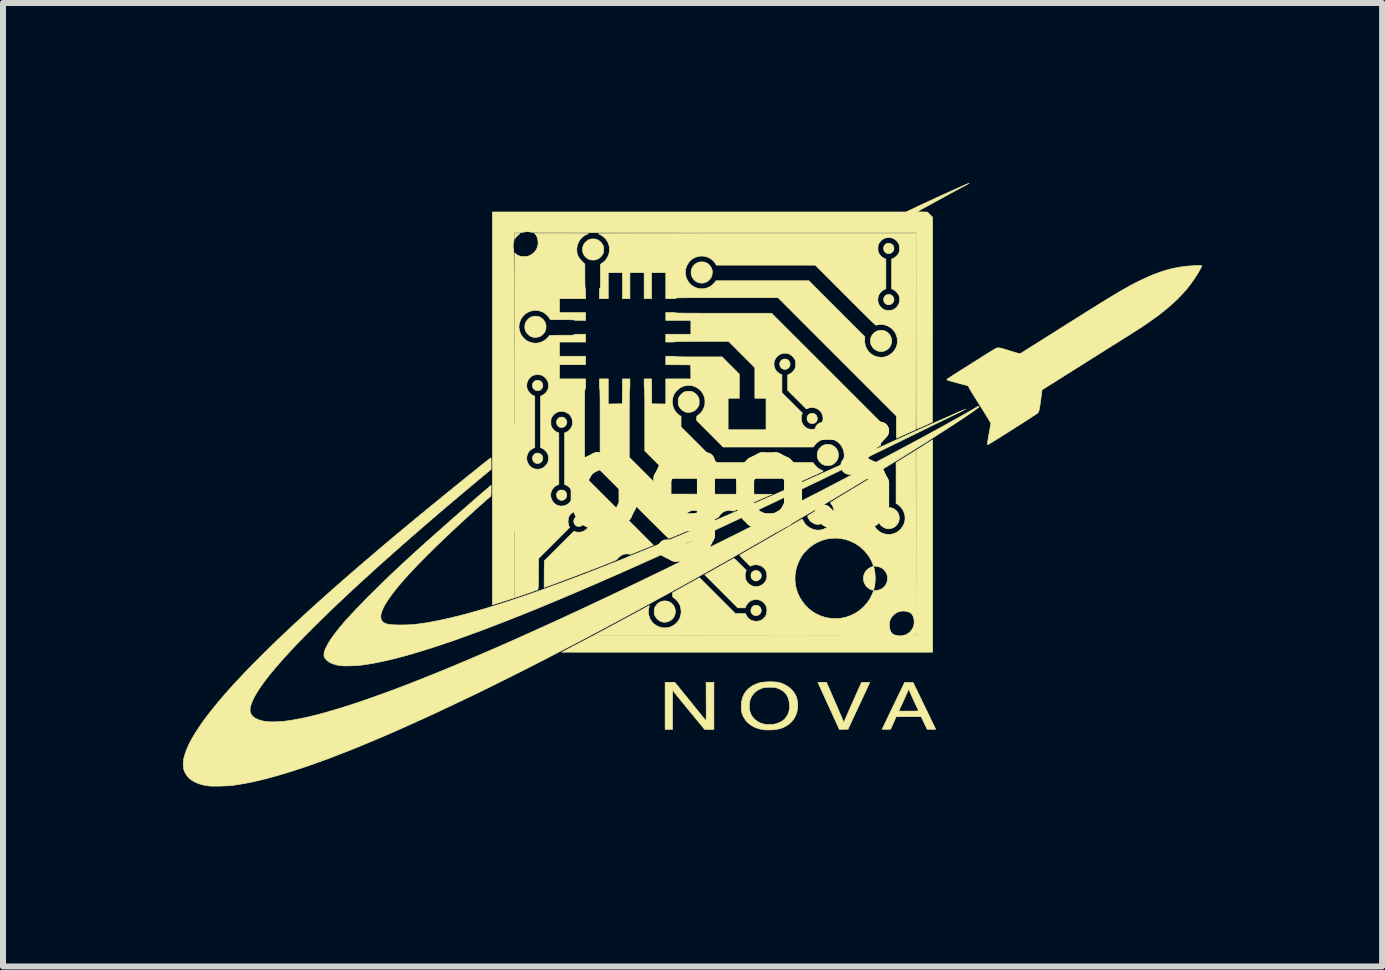
<source format=kicad_pcb>
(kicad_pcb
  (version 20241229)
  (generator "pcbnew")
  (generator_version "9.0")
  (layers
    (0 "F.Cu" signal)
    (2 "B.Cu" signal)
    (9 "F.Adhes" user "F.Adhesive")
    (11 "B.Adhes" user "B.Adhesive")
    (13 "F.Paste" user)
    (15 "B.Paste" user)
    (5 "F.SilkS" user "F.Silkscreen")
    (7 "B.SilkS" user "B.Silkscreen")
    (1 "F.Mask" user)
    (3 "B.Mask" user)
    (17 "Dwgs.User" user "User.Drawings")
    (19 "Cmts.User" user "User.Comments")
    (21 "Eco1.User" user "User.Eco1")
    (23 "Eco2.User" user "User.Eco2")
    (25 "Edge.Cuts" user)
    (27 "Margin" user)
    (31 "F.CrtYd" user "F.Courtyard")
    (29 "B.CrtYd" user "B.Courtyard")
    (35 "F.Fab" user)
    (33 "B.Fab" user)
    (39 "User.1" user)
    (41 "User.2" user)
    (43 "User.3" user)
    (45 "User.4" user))
  (footprint "Logo3"
    (layer "F.Cu")
    (at 8.501 4.966)
    (property "Reference" "Logo3" (at 0 0 0) (layer "F.SilkS") (effects (font (size 1.524 1.524) (thickness 0.3))))
    (attr through_hole)
    (fp_poly (pts (xy 4.538 -1.188) (xy 4.535 -1.185) (xy 4.532 -1.188) (xy 4.535 -1.191) (xy 4.538 -1.188)) (stroke (width 0.01) (type solid)) (fill yes) (layer "F.SilkS"))
    (fp_poly (pts (xy 4.549 -1.194) (xy 4.547 -1.191) (xy 4.544 -1.194) (xy 4.547 -1.197) (xy 4.549 -1.194)) (stroke (width 0.01) (type solid)) (fill yes) (layer "F.SilkS"))
    (fp_poly (pts (xy -2.9 -4.126) (xy -2.887 -4.125) (xy -2.883 -4.124) (xy -2.885 -4.121) (xy -2.89 -4.117) (xy -2.925 -4.088) (xy -2.953 -4.056) (xy -2.969 -4.034) (xy -2.969 -4.126) (xy -2.923 -4.126) (xy -2.9 -4.126)) (stroke (width 0.01) (type solid)) (fill yes) (layer "F.SilkS"))
    (fp_poly (pts (xy -2.57 -1.674) (xy -2.546 -1.665) (xy -2.526 -1.65) (xy -2.51 -1.629) (xy -2.503 -1.602) (xy -2.502 -1.584) (xy -2.51 -1.554) (xy -2.525 -1.53) (xy -2.547 -1.513) (xy -2.573 -1.504) (xy -2.602 -1.504) (xy -2.628 -1.513) (xy -2.651 -1.53) (xy -2.667 -1.554) (xy -2.675 -1.581) (xy -2.674 -1.609) (xy -2.664 -1.636) (xy -2.645 -1.658) (xy -2.622 -1.671) (xy -2.596 -1.677) (xy -2.57 -1.674)) (stroke (width 0.01) (type solid)) (fill yes) (layer "F.SilkS"))
    (fp_poly (pts (xy 0.051 0.593) (xy 0.064 0.6) (xy 0.086 0.618) (xy 0.1 0.642) (xy 0.106 0.668) (xy 0.105 0.695) (xy 0.095 0.721) (xy 0.077 0.742) (xy 0.06 0.753) (xy 0.031 0.761) (xy 0.000244 0.759) (xy -0.023 0.75) (xy -0.046 0.731) (xy -0.06 0.707) (xy -0.067 0.68) (xy -0.065 0.653) (xy -0.055 0.632) (xy -0.033 0.607) (xy -0.007 0.592) (xy 0.022 0.587) (xy 0.051 0.593)) (stroke (width 0.01) (type solid)) (fill yes) (layer "F.SilkS"))
    (fp_poly (pts (xy -2.554 -0.455) (xy -2.531 -0.441) (xy -2.513 -0.42) (xy -2.503 -0.395) (xy -2.502 -0.369) (xy -2.51 -0.34) (xy -2.526 -0.316) (xy -2.548 -0.299) (xy -2.574 -0.29) (xy -2.601 -0.289) (xy -2.628 -0.298) (xy -2.633 -0.301) (xy -2.656 -0.321) (xy -2.67 -0.346) (xy -2.675 -0.373) (xy -2.672 -0.401) (xy -2.66 -0.426) (xy -2.639 -0.447) (xy -2.634 -0.451) (xy -2.607 -0.462) (xy -2.58 -0.463) (xy -2.554 -0.455)) (stroke (width 0.01) (type solid)) (fill yes) (layer "F.SilkS"))
    (fp_poly (pts (xy -1.882 0.589) (xy -1.857 0.599) (xy -1.857 0.6) (xy -1.832 0.622) (xy -1.817 0.648) (xy -1.813 0.677) (xy -1.82 0.706) (xy -1.822 0.713) (xy -1.84 0.737) (xy -1.864 0.753) (xy -1.892 0.761) (xy -1.921 0.759) (xy -1.94 0.753) (xy -1.962 0.736) (xy -1.978 0.712) (xy -1.986 0.685) (xy -1.985 0.657) (xy -1.977 0.632) (xy -1.959 0.61) (xy -1.936 0.596) (xy -1.909 0.588) (xy -1.882 0.589)) (stroke (width 0.01) (type solid)) (fill yes) (layer "F.SilkS"))
    (fp_poly (pts (xy 1.077 2.077) (xy 1.098 2.085) (xy 1.099 2.086) (xy 1.122 2.109) (xy 1.136 2.136) (xy 1.14 2.165) (xy 1.133 2.194) (xy 1.13 2.201) (xy 1.111 2.225) (xy 1.087 2.24) (xy 1.059 2.247) (xy 1.031 2.245) (xy 1.004 2.233) (xy 0.982 2.212) (xy 0.969 2.187) (xy 0.966 2.159) (xy 0.972 2.131) (xy 0.987 2.105) (xy 1.007 2.086) (xy 1.027 2.077) (xy 1.052 2.074) (xy 1.077 2.077)) (stroke (width 0.01) (type solid)) (fill yes) (layer "F.SilkS"))
    (fp_poly (pts (xy 1.565 -2.027) (xy 1.588 -2.014) (xy 1.605 -1.995) (xy 1.616 -1.972) (xy 1.62 -1.946) (xy 1.617 -1.921) (xy 1.607 -1.897) (xy 1.588 -1.877) (xy 1.574 -1.868) (xy 1.545 -1.858) (xy 1.516 -1.859) (xy 1.499 -1.866) (xy 1.477 -1.879) (xy 1.463 -1.895) (xy 1.453 -1.917) (xy 1.447 -1.946) (xy 1.451 -1.973) (xy 1.464 -1.998) (xy 1.485 -2.017) (xy 1.511 -2.029) (xy 1.536 -2.032) (xy 1.565 -2.027)) (stroke (width 0.01) (type solid)) (fill yes) (layer "F.SilkS"))
    (fp_poly (pts (xy 3.283 -3.107) (xy 3.308 -3.097) (xy 3.328 -3.081) (xy 3.343 -3.059) (xy 3.351 -3.034) (xy 3.351 -3.006) (xy 3.342 -2.982) (xy 3.325 -2.959) (xy 3.301 -2.943) (xy 3.274 -2.935) (xy 3.246 -2.936) (xy 3.22 -2.946) (xy 3.217 -2.948) (xy 3.196 -2.969) (xy 3.183 -2.994) (xy 3.178 -3.021) (xy 3.183 -3.048) (xy 3.195 -3.073) (xy 3.216 -3.093) (xy 3.227 -3.099) (xy 3.256 -3.108) (xy 3.283 -3.107)) (stroke (width 0.01) (type solid)) (fill yes) (layer "F.SilkS"))
    (fp_poly (pts (xy -2.165 0.155) (xy -2.141 0.165) (xy -2.121 0.182) (xy -2.108 0.206) (xy -2.102 0.236) (xy -2.106 0.265) (xy -2.119 0.29) (xy -2.141 0.31) (xy -2.152 0.316) (xy -2.174 0.324) (xy -2.192 0.326) (xy -2.213 0.322) (xy -2.215 0.322) (xy -2.24 0.308) (xy -2.259 0.287) (xy -2.271 0.26) (xy -2.275 0.236) (xy -2.27 0.207) (xy -2.257 0.184) (xy -2.238 0.167) (xy -2.215 0.156) (xy -2.19 0.152) (xy -2.165 0.155)) (stroke (width 0.01) (type solid)) (fill yes) (layer "F.SilkS"))
    (fp_poly (pts (xy 2.012 -1.124) (xy 2.035 -1.113) (xy 2.054 -1.096) (xy 2.067 -1.074) (xy 2.074 -1.05) (xy 2.074 -1.024) (xy 2.066 -0.999) (xy 2.048 -0.976) (xy 2.039 -0.968) (xy 2.018 -0.959) (xy 1.993 -0.955) (xy 1.967 -0.956) (xy 1.945 -0.964) (xy 1.943 -0.965) (xy 1.921 -0.985) (xy 1.907 -1.009) (xy 1.902 -1.036) (xy 1.904 -1.062) (xy 1.915 -1.087) (xy 1.933 -1.108) (xy 1.955 -1.121) (xy 1.985 -1.127) (xy 2.012 -1.124)) (stroke (width 0.01) (type solid)) (fill yes) (layer "F.SilkS"))
    (fp_poly (pts (xy 3.287 -3.959) (xy 3.314 -3.946) (xy 3.336 -3.925) (xy 3.341 -3.917) (xy 3.351 -3.89) (xy 3.351 -3.862) (xy 3.343 -3.837) (xy 3.328 -3.816) (xy 3.307 -3.8) (xy 3.283 -3.79) (xy 3.256 -3.788) (xy 3.227 -3.795) (xy 3.224 -3.797) (xy 3.202 -3.814) (xy 3.187 -3.837) (xy 3.179 -3.863) (xy 3.18 -3.891) (xy 3.188 -3.917) (xy 3.205 -3.939) (xy 3.213 -3.946) (xy 3.229 -3.955) (xy 3.25 -3.96) (xy 3.257 -3.961) (xy 3.287 -3.959)) (stroke (width 0.01) (type solid)) (fill yes) (layer "F.SilkS"))
    (fp_poly (pts (xy -2.164 -1.06) (xy -2.144 -1.052) (xy -2.128 -1.038) (xy -2.114 -1.018) (xy -2.103 -0.995) (xy -2.1 -0.976) (xy -2.104 -0.957) (xy -2.114 -0.936) (xy -2.127 -0.916) (xy -2.141 -0.903) (xy -2.142 -0.902) (xy -2.168 -0.892) (xy -2.196 -0.889) (xy -2.215 -0.892) (xy -2.231 -0.9) (xy -2.245 -0.91) (xy -2.264 -0.935) (xy -2.274 -0.963) (xy -2.273 -0.992) (xy -2.263 -1.019) (xy -2.243 -1.044) (xy -2.234 -1.051) (xy -2.215 -1.06) (xy -2.189 -1.063) (xy -2.164 -1.06)) (stroke (width 0.01) (type solid)) (fill yes) (layer "F.SilkS"))
    (fp_poly (pts (xy 1.085 1.5) (xy 1.11 1.516) (xy 1.127 1.535) (xy 1.138 1.56) (xy 1.14 1.588) (xy 1.133 1.616) (xy 1.127 1.626) (xy 1.114 1.641) (xy 1.094 1.655) (xy 1.073 1.666) (xy 1.055 1.671) (xy 1.053 1.671) (xy 1.041 1.668) (xy 1.024 1.662) (xy 1.016 1.658) (xy 0.991 1.642) (xy 0.976 1.623) (xy 0.969 1.599) (xy 0.968 1.58) (xy 0.969 1.557) (xy 0.975 1.54) (xy 0.98 1.531) (xy 1.002 1.51) (xy 1.029 1.497) (xy 1.057 1.494) (xy 1.085 1.5)) (stroke (width 0.01) (type solid)) (fill yes) (layer "F.SilkS"))
    (fp_poly (pts (xy 3.022 1.465) (xy 3.035 1.535) (xy 3.04 1.61) (xy 3.038 1.685) (xy 3.029 1.757) (xy 3.022 1.786) (xy 3.016 1.806) (xy 3.009 1.819) (xy 3 1.823) (xy 2.985 1.82) (xy 2.964 1.811) (xy 2.954 1.806) (xy 2.915 1.781) (xy 2.884 1.749) (xy 2.861 1.712) (xy 2.847 1.672) (xy 2.842 1.629) (xy 2.846 1.587) (xy 2.859 1.545) (xy 2.882 1.507) (xy 2.901 1.484) (xy 2.931 1.46) (xy 2.964 1.441) (xy 2.995 1.43) (xy 3.012 1.427) (xy 3.022 1.465)) (stroke (width 0.01) (type solid)) (fill yes) (layer "F.SilkS"))
    (fp_poly (pts (xy 2.219 0.429) (xy 2.244 0.467) (xy 2.258 0.507) (xy 2.263 0.549) (xy 2.258 0.591) (xy 2.244 0.631) (xy 2.221 0.665) (xy 2.193 0.69) (xy 2.158 0.709) (xy 2.12 0.721) (xy 2.081 0.726) (xy 2.045 0.721) (xy 2.043 0.721) (xy 2.005 0.705) (xy 1.97 0.682) (xy 1.943 0.654) (xy 1.923 0.622) (xy 1.918 0.609) (xy 1.914 0.593) (xy 1.916 0.584) (xy 1.92 0.579) (xy 1.926 0.575) (xy 1.942 0.565) (xy 1.964 0.551) (xy 1.992 0.534) (xy 2.025 0.515) (xy 2.06 0.494) (xy 2.065 0.491) (xy 2.203 0.41) (xy 2.219 0.429)) (stroke (width 0.01) (type solid)) (fill yes) (layer "F.SilkS"))
    (fp_poly (pts (xy -0.432 2.004) (xy -0.4 2.014) (xy -0.362 2.036) (xy -0.332 2.065) (xy -0.31 2.099) (xy -0.297 2.137) (xy -0.292 2.177) (xy -0.296 2.216) (xy -0.309 2.255) (xy -0.331 2.291) (xy -0.351 2.312) (xy -0.386 2.335) (xy -0.426 2.351) (xy -0.468 2.357) (xy -0.507 2.354) (xy -0.543 2.341) (xy -0.577 2.319) (xy -0.607 2.29) (xy -0.63 2.255) (xy -0.634 2.247) (xy -0.643 2.217) (xy -0.646 2.182) (xy -0.644 2.146) (xy -0.636 2.114) (xy -0.634 2.11) (xy -0.614 2.077) (xy -0.586 2.046) (xy -0.553 2.022) (xy -0.543 2.017) (xy -0.509 2.005) (xy -0.47 2.001) (xy -0.432 2.004)) (stroke (width 0.01) (type solid)) (fill yes) (layer "F.SilkS"))
    (fp_poly (pts (xy 0.184 -3.648) (xy 0.224 -3.635) (xy 0.26 -3.613) (xy 0.289 -3.581) (xy 0.306 -3.552) (xy 0.316 -3.529) (xy 0.322 -3.51) (xy 0.324 -3.488) (xy 0.324 -3.474) (xy 0.319 -3.431) (xy 0.304 -3.392) (xy 0.282 -3.359) (xy 0.252 -3.331) (xy 0.217 -3.311) (xy 0.179 -3.299) (xy 0.137 -3.296) (xy 0.095 -3.304) (xy 0.093 -3.304) (xy 0.054 -3.322) (xy 0.022 -3.348) (xy -0.003 -3.38) (xy -0.021 -3.416) (xy -0.03 -3.456) (xy -0.029 -3.497) (xy -0.019 -3.537) (xy -0.016 -3.546) (xy 0.008 -3.585) (xy 0.039 -3.615) (xy 0.076 -3.637) (xy 0.118 -3.649) (xy 0.138 -3.651) (xy 0.184 -3.648)) (stroke (width 0.01) (type solid)) (fill yes) (layer "F.SilkS"))
    (fp_poly (pts (xy 3.165 -2.508) (xy 3.198 -2.5) (xy 3.207 -2.497) (xy 3.244 -2.474) (xy 3.274 -2.445) (xy 3.296 -2.41) (xy 3.309 -2.372) (xy 3.314 -2.333) (xy 3.309 -2.293) (xy 3.296 -2.254) (xy 3.273 -2.219) (xy 3.262 -2.207) (xy 3.228 -2.181) (xy 3.189 -2.163) (xy 3.147 -2.156) (xy 3.105 -2.158) (xy 3.064 -2.171) (xy 3.062 -2.172) (xy 3.025 -2.196) (xy 2.994 -2.227) (xy 2.973 -2.263) (xy 2.963 -2.294) (xy 2.96 -2.33) (xy 2.962 -2.366) (xy 2.971 -2.399) (xy 2.974 -2.407) (xy 2.997 -2.442) (xy 3.027 -2.472) (xy 3.062 -2.495) (xy 3.093 -2.505) (xy 3.129 -2.51) (xy 3.165 -2.508)) (stroke (width 0.01) (type solid)) (fill yes) (layer "F.SilkS"))
    (fp_poly (pts (xy -2.579 -2.741) (xy -2.55 -2.73) (xy -2.512 -2.706) (xy -2.483 -2.675) (xy -2.462 -2.638) (xy -2.45 -2.597) (xy -2.449 -2.554) (xy -2.457 -2.509) (xy -2.458 -2.506) (xy -2.472 -2.477) (xy -2.494 -2.449) (xy -2.521 -2.425) (xy -2.549 -2.407) (xy -2.56 -2.403) (xy -2.605 -2.392) (xy -2.646 -2.391) (xy -2.663 -2.393) (xy -2.699 -2.406) (xy -2.733 -2.428) (xy -2.763 -2.457) (xy -2.786 -2.491) (xy -2.79 -2.5) (xy -2.799 -2.53) (xy -2.802 -2.565) (xy -2.8 -2.601) (xy -2.792 -2.632) (xy -2.79 -2.637) (xy -2.77 -2.67) (xy -2.742 -2.701) (xy -2.709 -2.725) (xy -2.699 -2.73) (xy -2.661 -2.743) (xy -2.62 -2.746) (xy -2.579 -2.741)) (stroke (width 0.01) (type solid)) (fill yes) (layer "F.SilkS"))
    (fp_poly (pts (xy -1.624 -4.03) (xy -1.59 -4.019) (xy -1.585 -4.017) (xy -1.549 -3.993) (xy -1.519 -3.961) (xy -1.499 -3.929) (xy -1.492 -3.91) (xy -1.489 -3.887) (xy -1.487 -3.858) (xy -1.489 -3.829) (xy -1.492 -3.806) (xy -1.499 -3.787) (xy -1.523 -3.749) (xy -1.553 -3.718) (xy -1.59 -3.696) (xy -1.63 -3.683) (xy -1.662 -3.681) (xy -1.686 -3.682) (xy -1.708 -3.685) (xy -1.723 -3.689) (xy -1.762 -3.708) (xy -1.793 -3.736) (xy -1.818 -3.769) (xy -1.834 -3.807) (xy -1.841 -3.847) (xy -1.838 -3.889) (xy -1.825 -3.93) (xy -1.824 -3.931) (xy -1.801 -3.968) (xy -1.769 -3.999) (xy -1.734 -4.021) (xy -1.7 -4.031) (xy -1.663 -4.034) (xy -1.624 -4.03)) (stroke (width 0.01) (type solid)) (fill yes) (layer "F.SilkS"))
    (fp_poly (pts (xy 2.275 -0.606) (xy 2.295 -0.603) (xy 2.312 -0.597) (xy 2.326 -0.591) (xy 2.363 -0.567) (xy 2.393 -0.535) (xy 2.412 -0.503) (xy 2.422 -0.472) (xy 2.425 -0.436) (xy 2.423 -0.4) (xy 2.415 -0.366) (xy 2.409 -0.352) (xy 2.391 -0.325) (xy 2.366 -0.299) (xy 2.339 -0.278) (xy 2.313 -0.264) (xy 2.31 -0.263) (xy 2.284 -0.257) (xy 2.252 -0.255) (xy 2.221 -0.256) (xy 2.194 -0.261) (xy 2.189 -0.263) (xy 2.15 -0.282) (xy 2.117 -0.311) (xy 2.092 -0.347) (xy 2.077 -0.38) (xy 2.073 -0.406) (xy 2.072 -0.438) (xy 2.076 -0.47) (xy 2.084 -0.498) (xy 2.088 -0.507) (xy 2.113 -0.545) (xy 2.146 -0.575) (xy 2.172 -0.591) (xy 2.192 -0.6) (xy 2.209 -0.604) (xy 2.23 -0.606) (xy 2.249 -0.607) (xy 2.275 -0.606)) (stroke (width 0.01) (type solid)) (fill yes) (layer "F.SilkS"))
    (fp_poly (pts (xy 3.308 0.449) (xy 3.348 0.464) (xy 3.383 0.489) (xy 3.412 0.522) (xy 3.426 0.547) (xy 3.437 0.582) (xy 3.441 0.62) (xy 3.437 0.658) (xy 3.428 0.689) (xy 3.41 0.72) (xy 3.384 0.749) (xy 3.356 0.772) (xy 3.35 0.776) (xy 3.336 0.783) (xy 3.316 0.789) (xy 3.294 0.795) (xy 3.274 0.8) (xy 3.26 0.801) (xy 3.257 0.801) (xy 3.25 0.8) (xy 3.236 0.797) (xy 3.23 0.796) (xy 3.2 0.786) (xy 3.169 0.77) (xy 3.143 0.751) (xy 3.131 0.74) (xy 3.119 0.723) (xy 3.106 0.702) (xy 3.1 0.69) (xy 3.09 0.657) (xy 3.087 0.62) (xy 3.091 0.582) (xy 3.101 0.548) (xy 3.104 0.54) (xy 3.129 0.503) (xy 3.161 0.474) (xy 3.199 0.455) (xy 3.242 0.445) (xy 3.262 0.444) (xy 3.308 0.449)) (stroke (width 0.01) (type solid)) (fill yes) (layer "F.SilkS"))
    (fp_poly (pts (xy -0.045 3.675) (xy -0.003 3.727) (xy 0.037 3.777) (xy 0.075 3.823) (xy 0.109 3.866) (xy 0.14 3.904) (xy 0.166 3.936) (xy 0.188 3.963) (xy 0.204 3.983) (xy 0.214 3.995) (xy 0.217 4) (xy 0.218 3.997) (xy 0.219 3.987) (xy 0.22 3.967) (xy 0.221 3.938) (xy 0.221 3.9) (xy 0.222 3.851) (xy 0.222 3.793) (xy 0.221 3.723) (xy 0.221 3.683) (xy 0.22 3.358) (xy 0.35 3.358) (xy 0.35 4.143) (xy 0.195 4.143) (xy -0.057 3.837) (xy -0.099 3.786) (xy -0.139 3.736) (xy -0.177 3.69) (xy -0.212 3.647) (xy -0.244 3.608) (xy -0.271 3.575) (xy -0.293 3.547) (xy -0.309 3.526) (xy -0.32 3.513) (xy -0.323 3.508) (xy -0.339 3.485) (xy -0.339 4.143) (xy -0.463 4.143) (xy -0.463 3.358) (xy -0.302 3.358) (xy -0.045 3.675)) (stroke (width 0.01) (type solid)) (fill yes) (layer "F.SilkS"))
    (fp_poly (pts (xy -0.044 -1.492) (xy -0.024 -1.49) (xy -0.009 -1.486) (xy 0.006 -1.48) (xy 0.042 -1.455) (xy 0.073 -1.422) (xy 0.089 -1.397) (xy 0.097 -1.381) (xy 0.101 -1.367) (xy 0.104 -1.349) (xy 0.104 -1.325) (xy 0.104 -1.318) (xy 0.104 -1.291) (xy 0.102 -1.272) (xy 0.098 -1.256) (xy 0.091 -1.242) (xy 0.066 -1.205) (xy 0.035 -1.175) (xy 0.008 -1.159) (xy -0.018 -1.149) (xy -0.05 -1.143) (xy -0.083 -1.141) (xy -0.113 -1.144) (xy -0.125 -1.148) (xy -0.167 -1.169) (xy -0.202 -1.199) (xy -0.23 -1.238) (xy -0.233 -1.243) (xy -0.239 -1.258) (xy -0.243 -1.273) (xy -0.245 -1.293) (xy -0.245 -1.318) (xy -0.245 -1.344) (xy -0.243 -1.363) (xy -0.239 -1.378) (xy -0.233 -1.393) (xy -0.23 -1.397) (xy -0.205 -1.433) (xy -0.172 -1.464) (xy -0.147 -1.48) (xy -0.132 -1.486) (xy -0.116 -1.49) (xy -0.097 -1.492) (xy -0.071 -1.493) (xy -0.044 -1.492)) (stroke (width 0.01) (type solid)) (fill yes) (layer "F.SilkS"))
    (fp_poly (pts (xy 2.227 3.358) (xy 2.359 3.662) (xy 2.384 3.718) (xy 2.407 3.772) (xy 2.429 3.823) (xy 2.449 3.87) (xy 2.467 3.911) (xy 2.482 3.947) (xy 2.493 3.974) (xy 2.501 3.993) (xy 2.504 4.002) (xy 2.51 4.021) (xy 2.514 4.03) (xy 2.517 4.031) (xy 2.519 4.025) (xy 2.52 4.021) (xy 2.523 4.013) (xy 2.53 3.995) (xy 2.541 3.969) (xy 2.555 3.936) (xy 2.573 3.896) (xy 2.592 3.85) (xy 2.615 3.8) (xy 2.638 3.746) (xy 2.664 3.689) (xy 2.667 3.682) (xy 2.81 3.361) (xy 2.878 3.36) (xy 2.907 3.359) (xy 2.927 3.359) (xy 2.938 3.36) (xy 2.944 3.362) (xy 2.945 3.365) (xy 2.944 3.368) (xy 2.941 3.375) (xy 2.934 3.391) (xy 2.923 3.416) (xy 2.908 3.448) (xy 2.89 3.487) (xy 2.869 3.533) (xy 2.845 3.584) (xy 2.819 3.639) (xy 2.792 3.698) (xy 2.763 3.759) (xy 2.586 4.14) (xy 2.513 4.142) (xy 2.441 4.143) (xy 2.264 3.755) (xy 2.235 3.693) (xy 2.208 3.634) (xy 2.183 3.578) (xy 2.16 3.527) (xy 2.139 3.482) (xy 2.121 3.442) (xy 2.106 3.41) (xy 2.095 3.385) (xy 2.088 3.369) (xy 2.084 3.363) (xy 2.084 3.363) (xy 2.089 3.361) (xy 2.102 3.36) (xy 2.123 3.359) (xy 2.15 3.358) (xy 2.154 3.358) (xy 2.227 3.358)) (stroke (width 0.01) (type solid)) (fill yes) (layer "F.SilkS"))
    (fp_poly (pts (xy 3.601 3.36) (xy 3.671 3.361) (xy 3.859 3.75) (xy 3.889 3.812) (xy 3.918 3.871) (xy 3.944 3.926) (xy 3.968 3.977) (xy 3.99 4.022) (xy 4.009 4.061) (xy 4.025 4.094) (xy 4.036 4.118) (xy 4.044 4.134) (xy 4.047 4.141) (xy 4.047 4.141) (xy 4.042 4.142) (xy 4.027 4.142) (xy 4.006 4.142) (xy 3.979 4.142) (xy 3.976 4.142) (xy 3.904 4.14) (xy 3.855 4.036) (xy 3.805 3.931) (xy 3.39 3.931) (xy 3.343 4.036) (xy 3.297 4.14) (xy 3.226 4.142) (xy 3.193 4.142) (xy 3.172 4.142) (xy 3.16 4.14) (xy 3.156 4.137) (xy 3.156 4.137) (xy 3.159 4.131) (xy 3.166 4.116) (xy 3.178 4.092) (xy 3.193 4.06) (xy 3.211 4.021) (xy 3.233 3.977) (xy 3.257 3.926) (xy 3.283 3.872) (xy 3.299 3.838) (xy 3.432 3.838) (xy 3.599 3.838) (xy 3.646 3.838) (xy 3.684 3.838) (xy 3.713 3.838) (xy 3.733 3.837) (xy 3.747 3.836) (xy 3.756 3.835) (xy 3.76 3.833) (xy 3.761 3.831) (xy 3.76 3.828) (xy 3.754 3.815) (xy 3.744 3.794) (xy 3.731 3.767) (xy 3.716 3.735) (xy 3.699 3.699) (xy 3.682 3.662) (xy 3.665 3.624) (xy 3.649 3.588) (xy 3.634 3.555) (xy 3.622 3.527) (xy 3.612 3.504) (xy 3.606 3.49) (xy 3.604 3.485) (xy 3.597 3.463) (xy 3.593 3.48) (xy 3.591 3.486) (xy 3.586 3.497) (xy 3.58 3.512) (xy 3.571 3.534) (xy 3.558 3.561) (xy 3.543 3.596) (xy 3.524 3.638) (xy 3.501 3.688) (xy 3.473 3.748) (xy 3.451 3.797) (xy 3.432 3.838) (xy 3.299 3.838) (xy 3.312 3.813) (xy 3.341 3.751) (xy 3.344 3.745) (xy 3.531 3.358) (xy 3.601 3.36)) (stroke (width 0.01) (type solid)) (fill yes) (layer "F.SilkS"))
    (fp_poly (pts (xy 1.342 3.351) (xy 1.389 3.355) (xy 1.43 3.361) (xy 1.468 3.371) (xy 1.504 3.385) (xy 1.533 3.399) (xy 1.585 3.429) (xy 1.631 3.466) (xy 1.671 3.509) (xy 1.703 3.556) (xy 1.725 3.604) (xy 1.726 3.607) (xy 1.742 3.67) (xy 1.748 3.733) (xy 1.745 3.796) (xy 1.733 3.857) (xy 1.712 3.915) (xy 1.683 3.968) (xy 1.647 4.015) (xy 1.603 4.055) (xy 1.595 4.061) (xy 1.546 4.092) (xy 1.497 4.116) (xy 1.445 4.133) (xy 1.388 4.144) (xy 1.323 4.151) (xy 1.293 4.152) (xy 1.259 4.152) (xy 1.227 4.152) (xy 1.198 4.151) (xy 1.177 4.149) (xy 1.172 4.148) (xy 1.099 4.132) (xy 1.033 4.109) (xy 0.975 4.077) (xy 0.923 4.038) (xy 0.88 3.993) (xy 0.847 3.941) (xy 0.841 3.931) (xy 0.825 3.894) (xy 0.814 3.857) (xy 0.808 3.817) (xy 0.806 3.776) (xy 0.94 3.776) (xy 0.944 3.816) (xy 0.948 3.833) (xy 0.966 3.887) (xy 0.994 3.935) (xy 1.031 3.977) (xy 1.076 4.011) (xy 1.129 4.038) (xy 1.188 4.056) (xy 1.219 4.061) (xy 1.257 4.062) (xy 1.299 4.061) (xy 1.34 4.058) (xy 1.376 4.052) (xy 1.397 4.047) (xy 1.449 4.027) (xy 1.492 4.003) (xy 1.528 3.972) (xy 1.532 3.968) (xy 1.564 3.928) (xy 1.588 3.884) (xy 1.603 3.835) (xy 1.61 3.779) (xy 1.61 3.751) (xy 1.606 3.687) (xy 1.592 3.63) (xy 1.57 3.58) (xy 1.539 3.537) (xy 1.499 3.501) (xy 1.45 3.473) (xy 1.408 3.456) (xy 1.389 3.45) (xy 1.372 3.446) (xy 1.354 3.443) (xy 1.332 3.442) (xy 1.305 3.441) (xy 1.281 3.441) (xy 1.248 3.441) (xy 1.222 3.442) (xy 1.202 3.444) (xy 1.185 3.447) (xy 1.167 3.452) (xy 1.154 3.456) (xy 1.098 3.48) (xy 1.049 3.512) (xy 1.009 3.551) (xy 0.977 3.597) (xy 0.954 3.65) (xy 0.953 3.655) (xy 0.945 3.691) (xy 0.941 3.733) (xy 0.94 3.776) (xy 0.806 3.776) (xy 0.806 3.771) (xy 0.806 3.756) (xy 0.811 3.686) (xy 0.825 3.621) (xy 0.849 3.563) (xy 0.883 3.511) (xy 0.925 3.465) (xy 0.977 3.426) (xy 1.01 3.407) (xy 1.054 3.387) (xy 1.097 3.371) (xy 1.142 3.361) (xy 1.192 3.354) (xy 1.248 3.351) (xy 1.287 3.35) (xy 1.342 3.351)) (stroke (width 0.01) (type solid)) (fill yes) (layer "F.SilkS"))
    (fp_poly (pts (xy -1.411 -1.281) (xy -1.294 -1.283) (xy -1.177 -1.284) (xy -1.175 -1.492) (xy -1.174 -1.699) (xy -1.05 -1.699) (xy -1.05 -1.615) (xy -1.05 -1.582) (xy -1.051 -1.555) (xy -1.053 -1.537) (xy -1.055 -1.527) (xy -1.056 -1.527) (xy -1.057 -1.521) (xy -1.057 -1.503) (xy -1.058 -1.474) (xy -1.059 -1.435) (xy -1.06 -1.385) (xy -1.06 -1.323) (xy -1.061 -1.252) (xy -1.061 -1.169) (xy -1.061 -1.076) (xy -1.061 -0.973) (xy -1.061 -0.958) (xy -1.061 -0.392) (xy -0.755 -0.086) (xy -0.449 0.22) (xy 0.434 0.222) (xy 1.317 0.223) (xy 1.264 0.246) (xy 1.248 0.253) (xy 1.223 0.264) (xy 1.191 0.278) (xy 1.151 0.295) (xy 1.107 0.315) (xy 1.058 0.336) (xy 1.006 0.359) (xy 0.952 0.382) (xy 0.943 0.386) (xy 0.676 0.504) (xy 0.643 0.497) (xy 0.598 0.492) (xy 0.555 0.499) (xy 0.515 0.514) (xy 0.479 0.538) (xy 0.45 0.57) (xy 0.437 0.59) (xy 0.433 0.597) (xy 0.428 0.604) (xy 0.419 0.61) (xy 0.407 0.617) (xy 0.39 0.626) (xy 0.365 0.637) (xy 0.332 0.652) (xy 0.317 0.658) (xy 0.285 0.672) (xy 0.256 0.685) (xy 0.232 0.695) (xy 0.215 0.702) (xy 0.207 0.705) (xy 0.206 0.706) (xy 0.205 0.7) (xy 0.204 0.687) (xy 0.202 0.668) (xy 0.202 0.667) (xy 0.194 0.622) (xy 0.176 0.581) (xy 0.149 0.546) (xy 0.114 0.519) (xy 0.096 0.509) (xy 0.063 0.498) (xy 0.025 0.493) (xy -0.013 0.495) (xy -0.047 0.504) (xy -0.052 0.506) (xy -0.086 0.527) (xy -0.117 0.556) (xy -0.141 0.589) (xy -0.145 0.598) (xy -0.154 0.617) (xy -0.158 0.634) (xy -0.16 0.655) (xy -0.161 0.675) (xy -0.157 0.716) (xy -0.147 0.75) (xy -0.127 0.782) (xy -0.109 0.803) (xy -0.083 0.829) (xy -0.102 0.837) (xy -0.113 0.841) (xy -0.132 0.849) (xy -0.158 0.86) (xy -0.19 0.874) (xy -0.225 0.889) (xy -0.257 0.902) (xy -0.294 0.918) (xy -0.328 0.932) (xy -0.357 0.943) (xy -0.38 0.952) (xy -0.395 0.958) (xy -0.401 0.96) (xy -0.406 0.956) (xy -0.418 0.944) (xy -0.438 0.926) (xy -0.464 0.9) (xy -0.496 0.869) (xy -0.534 0.832) (xy -0.577 0.789) (xy -0.625 0.742) (xy -0.677 0.69) (xy -0.733 0.635) (xy -0.793 0.575) (xy -0.855 0.513) (xy -0.92 0.448) (xy -0.978 0.391) (xy -1.547 -0.178) (xy -1.547 -0.854) (xy -1.547 -0.97) (xy -1.547 -1.075) (xy -1.547 -1.17) (xy -1.547 -1.253) (xy -1.548 -1.326) (xy -1.548 -1.388) (xy -1.549 -1.438) (xy -1.55 -1.478) (xy -1.55 -1.506) (xy -1.551 -1.524) (xy -1.552 -1.53) (xy -1.552 -1.53) (xy -1.555 -1.535) (xy -1.556 -1.551) (xy -1.557 -1.576) (xy -1.558 -1.61) (xy -1.558 -1.614) (xy -1.558 -1.699) (xy -1.411 -1.699) (xy -1.411 -1.281)) (stroke (width 0.01) (type solid)) (fill yes) (layer "F.SilkS"))
    (fp_poly (pts (xy 4.6 -4.959) (xy 4.588 -4.952) (xy 4.567 -4.94) (xy 4.541 -4.925) (xy 4.508 -4.908) (xy 4.472 -4.888) (xy 4.446 -4.874) (xy 4.404 -4.851) (xy 4.36 -4.828) (xy 4.312 -4.802) (xy 4.261 -4.774) (xy 4.204 -4.743) (xy 4.142 -4.709) (xy 4.073 -4.671) (xy 3.997 -4.629) (xy 3.912 -4.583) (xy 3.819 -4.532) (xy 3.802 -4.522) (xy 3.734 -4.485) (xy 3.822 -4.483) (xy 3.909 -4.481) (xy 3.953 -4.438) (xy 3.996 -4.394) (xy 3.995 -2.687) (xy 3.993 -0.981) (xy 3.87 -0.925) (xy 3.834 -0.909) (xy 3.802 -0.895) (xy 3.775 -0.883) (xy 3.753 -0.873) (xy 3.739 -0.868) (xy 3.735 -0.866) (xy 3.734 -0.866) (xy 3.734 -0.867) (xy 3.733 -0.869) (xy 3.732 -0.873) (xy 3.731 -0.879) (xy 3.73 -0.887) (xy 3.73 -0.898) (xy 3.729 -0.912) (xy 3.729 -0.93) (xy 3.728 -0.952) (xy 3.728 -0.978) (xy 3.727 -1.009) (xy 3.727 -1.045) (xy 3.727 -1.086) (xy 3.727 -1.133) (xy 3.726 -1.187) (xy 3.726 -1.247) (xy 3.726 -1.314) (xy 3.726 -1.388) (xy 3.726 -1.47) (xy 3.726 -1.56) (xy 3.725 -1.659) (xy 3.725 -1.767) (xy 3.725 -1.884) (xy 3.725 -2.01) (xy 3.725 -2.147) (xy 3.725 -2.294) (xy 3.725 -2.452) (xy 3.725 -4.137) (xy 0.526 -4.137) (xy 0.297 -4.137) (xy 0.078 -4.137) (xy -0.129 -4.137) (xy -0.326 -4.138) (xy -0.513 -4.138) (xy -0.691 -4.138) (xy -0.858 -4.138) (xy -1.016 -4.138) (xy -1.165 -4.138) (xy -1.305 -4.138) (xy -1.436 -4.138) (xy -1.559 -4.138) (xy -1.674 -4.138) (xy -1.781 -4.138) (xy -1.88 -4.138) (xy -1.972 -4.139) (xy -2.058 -4.139) (xy -2.136 -4.139) (xy -2.208 -4.139) (xy -2.274 -4.139) (xy -2.334 -4.14) (xy -2.388 -4.14) (xy -2.437 -4.14) (xy -2.48 -4.14) (xy -2.519 -4.141) (xy -2.553 -4.141) (xy -2.583 -4.141) (xy -2.609 -4.142) (xy -2.631 -4.142) (xy -2.649 -4.143) (xy -2.664 -4.143) (xy -2.676 -4.144) (xy -2.686 -4.144) (xy -2.693 -4.145) (xy -2.698 -4.145) (xy -2.7 -4.146) (xy -2.74 -4.153) (xy -2.783 -4.153) (xy -2.822 -4.146) (xy -2.845 -4.142) (xy -2.875 -4.139) (xy -2.909 -4.137) (xy -2.917 -4.137) (xy -2.98 -4.137) (xy -2.98 -4.071) (xy -2.981 -4.031) (xy -2.984 -3.999) (xy -2.989 -3.977) (xy -2.996 -3.938) (xy -2.996 -3.897) (xy -2.989 -3.858) (xy -2.989 -3.857) (xy -2.988 -3.854) (xy -2.988 -3.849) (xy -2.987 -3.842) (xy -2.986 -3.832) (xy -2.986 -3.82) (xy -2.985 -3.804) (xy -2.985 -3.785) (xy -2.985 -3.763) (xy -2.984 -3.736) (xy -2.984 -3.705) (xy -2.983 -3.67) (xy -2.983 -3.63) (xy -2.983 -3.585) (xy -2.983 -3.534) (xy -2.982 -3.478) (xy -2.982 -3.416) (xy -2.982 -3.348) (xy -2.982 -3.274) (xy -2.981 -3.192) (xy -2.981 -3.104) (xy -2.981 -3.008) (xy -2.981 -2.905) (xy -2.981 -2.794) (xy -2.981 -2.675) (xy -2.981 -2.547) (xy -2.981 -2.41) (xy -2.981 -2.265) (xy -2.98 -2.11) (xy -2.98 -1.946) (xy -2.98 -1.772) (xy -2.98 -1.588) (xy -2.98 -1.393) (xy -2.98 -1.188) (xy -2.98 -0.972) (xy -2.98 -0.939) (xy -2.98 1.951) (xy -3.148 2.005) (xy -3.19 2.019) (xy -3.229 2.031) (xy -3.264 2.042) (xy -3.292 2.051) (xy -3.314 2.058) (xy -3.326 2.062) (xy -3.329 2.063) (xy -3.342 2.067) (xy -3.342 -4.482) (xy 3.552 -4.482) (xy 3.691 -4.547) (xy 3.742 -4.572) (xy 3.798 -4.598) (xy 3.857 -4.625) (xy 3.919 -4.654) (xy 3.983 -4.683) (xy 4.047 -4.713) (xy 4.112 -4.743) (xy 4.177 -4.772) (xy 4.239 -4.801) (xy 4.3 -4.828) (xy 4.357 -4.854) (xy 4.411 -4.878) (xy 4.46 -4.9) (xy 4.503 -4.919) (xy 4.539 -4.935) (xy 4.568 -4.947) (xy 4.589 -4.956) (xy 4.601 -4.961) (xy 4.604 -4.961) (xy 4.6 -4.959)) (stroke (width 0.01) (type solid)) (fill yes) (layer "F.SilkS"))
    (fp_poly (pts (xy 8.462 -3.59) (xy 8.475 -3.589) (xy 8.481 -3.587) (xy 8.484 -3.584) (xy 8.484 -3.584) (xy 8.481 -3.574) (xy 8.472 -3.557) (xy 8.46 -3.533) (xy 8.444 -3.504) (xy 8.425 -3.472) (xy 8.404 -3.438) (xy 8.383 -3.404) (xy 8.362 -3.373) (xy 8.3 -3.284) (xy 8.232 -3.197) (xy 8.158 -3.113) (xy 8.077 -3.03) (xy 7.989 -2.947) (xy 7.892 -2.864) (xy 7.788 -2.78) (xy 7.673 -2.696) (xy 7.549 -2.609) (xy 7.514 -2.586) (xy 7.488 -2.568) (xy 7.454 -2.546) (xy 7.413 -2.52) (xy 7.367 -2.491) (xy 7.318 -2.459) (xy 7.268 -2.427) (xy 7.217 -2.395) (xy 7.185 -2.376) (xy 7.149 -2.353) (xy 7.105 -2.325) (xy 7.053 -2.292) (xy 6.994 -2.256) (xy 6.929 -2.215) (xy 6.86 -2.171) (xy 6.787 -2.125) (xy 6.711 -2.077) (xy 6.632 -2.028) (xy 6.553 -1.978) (xy 6.474 -1.928) (xy 6.396 -1.879) (xy 6.389 -1.875) (xy 5.821 -1.517) (xy 5.8 -1.361) (xy 5.793 -1.307) (xy 5.786 -1.263) (xy 5.781 -1.227) (xy 5.776 -1.2) (xy 5.771 -1.178) (xy 5.766 -1.161) (xy 5.76 -1.149) (xy 5.754 -1.138) (xy 5.748 -1.13) (xy 5.741 -1.125) (xy 5.726 -1.115) (xy 5.703 -1.099) (xy 5.672 -1.079) (xy 5.636 -1.055) (xy 5.595 -1.029) (xy 5.549 -0.999) (xy 5.499 -0.967) (xy 5.447 -0.934) (xy 5.393 -0.9) (xy 5.339 -0.865) (xy 5.284 -0.83) (xy 5.23 -0.796) (xy 5.177 -0.763) (xy 5.128 -0.731) (xy 5.081 -0.702) (xy 5.039 -0.676) (xy 5.002 -0.653) (xy 4.971 -0.634) (xy 4.946 -0.619) (xy 4.93 -0.61) (xy 4.922 -0.606) (xy 4.921 -0.605) (xy 4.912 -0.606) (xy 4.908 -0.609) (xy 4.909 -0.615) (xy 4.911 -0.632) (xy 4.914 -0.656) (xy 4.92 -0.688) (xy 4.926 -0.725) (xy 4.933 -0.766) (xy 4.936 -0.783) (xy 4.944 -0.825) (xy 4.951 -0.865) (xy 4.957 -0.9) (xy 4.962 -0.928) (xy 4.964 -0.949) (xy 4.966 -0.961) (xy 4.966 -0.963) (xy 4.962 -0.97) (xy 4.953 -0.985) (xy 4.939 -1.009) (xy 4.921 -1.039) (xy 4.899 -1.075) (xy 4.873 -1.117) (xy 4.844 -1.163) (xy 4.813 -1.213) (xy 4.78 -1.265) (xy 4.776 -1.273) (xy 4.733 -1.341) (xy 4.696 -1.399) (xy 4.665 -1.449) (xy 4.64 -1.49) (xy 4.621 -1.523) (xy 4.607 -1.548) (xy 4.598 -1.564) (xy 4.595 -1.573) (xy 4.595 -1.575) (xy 4.597 -1.576) (xy 4.597 -1.578) (xy 4.595 -1.58) (xy 4.588 -1.583) (xy 4.577 -1.586) (xy 4.561 -1.591) (xy 4.538 -1.598) (xy 4.507 -1.606) (xy 4.467 -1.617) (xy 4.418 -1.63) (xy 4.403 -1.634) (xy 4.362 -1.645) (xy 4.324 -1.656) (xy 4.292 -1.665) (xy 4.265 -1.673) (xy 4.247 -1.678) (xy 4.237 -1.682) (xy 4.237 -1.682) (xy 4.235 -1.69) (xy 4.239 -1.696) (xy 4.245 -1.7) (xy 4.259 -1.71) (xy 4.282 -1.725) (xy 4.311 -1.744) (xy 4.347 -1.767) (xy 4.388 -1.793) (xy 4.433 -1.822) (xy 4.482 -1.853) (xy 4.533 -1.885) (xy 4.587 -1.919) (xy 4.641 -1.953) (xy 4.695 -1.988) (xy 4.749 -2.021) (xy 4.801 -2.054) (xy 4.85 -2.085) (xy 4.896 -2.114) (xy 4.938 -2.14) (xy 4.975 -2.163) (xy 5.006 -2.182) (xy 5.03 -2.196) (xy 5.047 -2.206) (xy 5.054 -2.21) (xy 5.066 -2.214) (xy 5.079 -2.217) (xy 5.093 -2.217) (xy 5.111 -2.216) (xy 5.133 -2.212) (xy 5.16 -2.205) (xy 5.195 -2.195) (xy 5.238 -2.182) (xy 5.286 -2.167) (xy 5.337 -2.151) (xy 5.378 -2.139) (xy 5.41 -2.129) (xy 5.433 -2.124) (xy 5.449 -2.121) (xy 5.457 -2.12) (xy 5.458 -2.121) (xy 5.464 -2.124) (xy 5.478 -2.134) (xy 5.502 -2.148) (xy 5.533 -2.168) (xy 5.571 -2.192) (xy 5.616 -2.221) (xy 5.668 -2.253) (xy 5.725 -2.289) (xy 5.788 -2.329) (xy 5.855 -2.371) (xy 5.926 -2.416) (xy 6.001 -2.463) (xy 6.079 -2.512) (xy 6.147 -2.555) (xy 6.268 -2.632) (xy 6.381 -2.702) (xy 6.485 -2.768) (xy 6.581 -2.828) (xy 6.669 -2.883) (xy 6.751 -2.934) (xy 6.825 -2.98) (xy 6.894 -3.022) (xy 6.958 -3.061) (xy 7.016 -3.096) (xy 7.07 -3.128) (xy 7.119 -3.158) (xy 7.165 -3.184) (xy 7.209 -3.209) (xy 7.249 -3.232) (xy 7.287 -3.253) (xy 7.324 -3.273) (xy 7.36 -3.291) (xy 7.395 -3.31) (xy 7.431 -3.327) (xy 7.442 -3.333) (xy 7.564 -3.39) (xy 7.68 -3.44) (xy 7.791 -3.481) (xy 7.899 -3.515) (xy 8.006 -3.543) (xy 8.113 -3.563) (xy 8.222 -3.578) (xy 8.334 -3.586) (xy 8.378 -3.588) (xy 8.415 -3.589) (xy 8.443 -3.59) (xy 8.462 -3.59)) (stroke (width 0.01) (type solid)) (fill yes) (layer "F.SilkS"))
    (fp_poly (pts (xy 4.524 -1.184) (xy 4.52 -1.181) (xy 4.507 -1.174) (xy 4.486 -1.163) (xy 4.458 -1.15) (xy 4.426 -1.134) (xy 4.389 -1.116) (xy 4.378 -1.111) (xy 4.353 -1.098) (xy 4.319 -1.082) (xy 4.276 -1.061) (xy 4.226 -1.036) (xy 4.169 -1.009) (xy 4.106 -0.978) (xy 4.038 -0.945) (xy 3.966 -0.91) (xy 3.891 -0.873) (xy 3.814 -0.835) (xy 3.736 -0.797) (xy 3.656 -0.758) (xy 3.652 -0.756) (xy 3.468 -0.666) (xy 3.294 -0.581) (xy 3.129 -0.5) (xy 2.971 -0.424) (xy 2.821 -0.351) (xy 2.678 -0.281) (xy 2.541 -0.214) (xy 2.409 -0.15) (xy 2.282 -0.089) (xy 2.16 -0.029) (xy 2.04 0.028) (xy 1.923 0.084) (xy 1.808 0.14) (xy 1.695 0.194) (xy 1.582 0.248) (xy 1.561 0.258) (xy 1.185 0.437) (xy 0.819 0.61) (xy 0.463 0.777) (xy 0.116 0.938) (xy -0.222 1.093) (xy -0.55 1.242) (xy -0.868 1.385) (xy -1.177 1.523) (xy -1.477 1.654) (xy -1.767 1.78) (xy -2.048 1.9) (xy -2.319 2.014) (xy -2.581 2.123) (xy -2.834 2.225) (xy -3.078 2.322) (xy -3.312 2.413) (xy -3.537 2.498) (xy -3.753 2.577) (xy -3.959 2.651) (xy -4.157 2.719) (xy -4.345 2.781) (xy -4.524 2.837) (xy -4.694 2.888) (xy -4.855 2.933) (xy -5.007 2.972) (xy -5.15 3.005) (xy -5.284 3.033) (xy -5.409 3.055) (xy -5.525 3.072) (xy -5.537 3.073) (xy -5.577 3.077) (xy -5.622 3.08) (xy -5.67 3.083) (xy -5.719 3.084) (xy -5.766 3.085) (xy -5.808 3.085) (xy -5.844 3.083) (xy -5.867 3.081) (xy -5.927 3.072) (xy -5.982 3.057) (xy -6.031 3.039) (xy -6.038 3.036) (xy -6.068 3.019) (xy -6.097 2.996) (xy -6.121 2.972) (xy -6.139 2.948) (xy -6.147 2.93) (xy -6.151 2.899) (xy -6.146 2.861) (xy -6.133 2.817) (xy -6.11 2.767) (xy -6.08 2.71) (xy -6.041 2.648) (xy -5.994 2.581) (xy -5.939 2.508) (xy -5.876 2.43) (xy -5.806 2.347) (xy -5.804 2.345) (xy -5.752 2.288) (xy -5.693 2.223) (xy -5.627 2.153) (xy -5.555 2.078) (xy -5.479 2) (xy -5.398 1.918) (xy -5.313 1.834) (xy -5.226 1.748) (xy -5.138 1.662) (xy -5.049 1.576) (xy -4.96 1.492) (xy -4.933 1.467) (xy -4.818 1.36) (xy -4.695 1.246) (xy -4.563 1.126) (xy -4.423 1) (xy -4.274 0.868) (xy -4.117 0.729) (xy -3.952 0.583) (xy -3.778 0.431) (xy -3.595 0.272) (xy -3.487 0.179) (xy -3.364 0.073) (xy -3.364 0.166) (xy -3.364 0.2) (xy -3.365 0.227) (xy -3.367 0.246) (xy -3.368 0.257) (xy -3.369 0.258) (xy -3.375 0.261) (xy -3.387 0.27) (xy -3.406 0.286) (xy -3.433 0.309) (xy -3.467 0.339) (xy -3.508 0.376) (xy -3.558 0.42) (xy -3.615 0.472) (xy -3.68 0.531) (xy -3.713 0.561) (xy -3.872 0.706) (xy -4.021 0.845) (xy -4.163 0.979) (xy -4.295 1.107) (xy -4.419 1.229) (xy -4.534 1.345) (xy -4.64 1.455) (xy -4.737 1.559) (xy -4.824 1.656) (xy -4.903 1.748) (xy -4.908 1.754) (xy -4.977 1.84) (xy -5.037 1.919) (xy -5.088 1.992) (xy -5.13 2.059) (xy -5.162 2.12) (xy -5.185 2.175) (xy -5.199 2.224) (xy -5.204 2.266) (xy -5.199 2.302) (xy -5.194 2.317) (xy -5.178 2.342) (xy -5.156 2.362) (xy -5.127 2.377) (xy -5.089 2.389) (xy -5.063 2.394) (xy -5.039 2.397) (xy -5.006 2.399) (xy -4.966 2.401) (xy -4.92 2.402) (xy -4.87 2.402) (xy -4.819 2.402) (xy -4.768 2.401) (xy -4.72 2.399) (xy -4.675 2.396) (xy -4.637 2.394) (xy -4.617 2.391) (xy -4.496 2.375) (xy -4.368 2.353) (xy -4.233 2.327) (xy -4.09 2.296) (xy -3.939 2.26) (xy -3.78 2.219) (xy -3.614 2.173) (xy -3.439 2.122) (xy -3.256 2.066) (xy -3.065 2.005) (xy -2.866 1.938) (xy -2.658 1.867) (xy -2.442 1.79) (xy -2.217 1.708) (xy -1.983 1.621) (xy -1.74 1.528) (xy -1.489 1.43) (xy -1.228 1.327) (xy -0.958 1.218) (xy -0.679 1.104) (xy -0.39 0.984) (xy -0.091 0.858) (xy 0.217 0.727) (xy 0.274 0.703) (xy 0.402 0.648) (xy 0.531 0.592) (xy 0.661 0.536) (xy 0.794 0.478) (xy 0.928 0.419) (xy 1.066 0.359) (xy 1.208 0.296) (xy 1.354 0.232) (xy 1.505 0.165) (xy 1.662 0.095) (xy 1.824 0.023) (xy 1.994 -0.053) (xy 2.17 -0.132) (xy 2.355 -0.215) (xy 2.548 -0.302) (xy 2.751 -0.394) (xy 2.935 -0.477) (xy 3.107 -0.555) (xy 3.268 -0.627) (xy 3.419 -0.696) (xy 3.56 -0.759) (xy 3.691 -0.818) (xy 3.813 -0.873) (xy 3.924 -0.923) (xy 4.026 -0.968) (xy 4.118 -1.009) (xy 4.201 -1.046) (xy 4.274 -1.078) (xy 4.337 -1.106) (xy 4.391 -1.13) (xy 4.436 -1.149) (xy 4.472 -1.164) (xy 4.498 -1.175) (xy 4.515 -1.182) (xy 4.524 -1.184) (xy 4.524 -1.184)) (stroke (width 0.01) (type solid)) (fill yes) (layer "F.SilkS"))
    (fp_poly (pts (xy 4.766 -1.242) (xy 4.769 -1.237) (xy 4.762 -1.226) (xy 4.76 -1.225) (xy 4.746 -1.212) (xy 4.722 -1.194) (xy 4.689 -1.17) (xy 4.649 -1.142) (xy 4.601 -1.109) (xy 4.546 -1.072) (xy 4.485 -1.031) (xy 4.418 -0.987) (xy 4.346 -0.939) (xy 4.268 -0.889) (xy 4.187 -0.836) (xy 4.102 -0.782) (xy 4.014 -0.725) (xy 3.923 -0.667) (xy 3.83 -0.608) (xy 3.735 -0.549) (xy 3.639 -0.489) (xy 3.543 -0.429) (xy 3.447 -0.369) (xy 3.37 -0.322) (xy 3.07 -0.138) (xy 2.764 0.047) (xy 2.454 0.233) (xy 2.14 0.42) (xy 1.822 0.607) (xy 1.502 0.794) (xy 1.179 0.98) (xy 0.856 1.166) (xy 0.532 1.35) (xy 0.208 1.532) (xy -0.115 1.713) (xy -0.436 1.891) (xy -0.756 2.066) (xy -1.072 2.238) (xy -1.385 2.406) (xy -1.693 2.57) (xy -1.996 2.73) (xy -2.294 2.885) (xy -2.585 3.035) (xy -2.869 3.18) (xy -3.145 3.318) (xy -3.373 3.431) (xy -3.666 3.574) (xy -3.951 3.71) (xy -4.226 3.84) (xy -4.493 3.963) (xy -4.751 4.08) (xy -5 4.19) (xy -5.24 4.294) (xy -5.472 4.391) (xy -5.695 4.482) (xy -5.91 4.566) (xy -6.116 4.645) (xy -6.314 4.716) (xy -6.504 4.782) (xy -6.685 4.841) (xy -6.859 4.894) (xy -7.024 4.941) (xy -7.182 4.982) (xy -7.332 5.017) (xy -7.473 5.045) (xy -7.608 5.067) (xy -7.66 5.075) (xy -7.695 5.079) (xy -7.738 5.082) (xy -7.786 5.085) (xy -7.837 5.087) (xy -7.888 5.089) (xy -7.938 5.089) (xy -7.985 5.089) (xy -8.026 5.089) (xy -8.058 5.087) (xy -8.072 5.085) (xy -8.155 5.072) (xy -8.23 5.051) (xy -8.297 5.024) (xy -8.354 4.991) (xy -8.402 4.952) (xy -8.441 4.907) (xy -8.471 4.856) (xy -8.487 4.812) (xy -8.493 4.78) (xy -8.496 4.74) (xy -8.496 4.697) (xy -8.491 4.654) (xy -8.487 4.627) (xy -8.466 4.551) (xy -8.436 4.47) (xy -8.397 4.382) (xy -8.347 4.289) (xy -8.288 4.191) (xy -8.219 4.086) (xy -8.141 3.976) (xy -8.053 3.86) (xy -7.955 3.738) (xy -7.848 3.61) (xy -7.731 3.477) (xy -7.604 3.338) (xy -7.468 3.193) (xy -7.322 3.043) (xy -7.166 2.887) (xy -7.001 2.725) (xy -6.826 2.557) (xy -6.641 2.384) (xy -6.447 2.205) (xy -6.243 2.02) (xy -6.03 1.83) (xy -5.807 1.634) (xy -5.574 1.432) (xy -5.332 1.225) (xy -5.08 1.011) (xy -4.846 0.815) (xy -4.793 0.772) (xy -4.736 0.724) (xy -4.675 0.674) (xy -4.611 0.621) (xy -4.543 0.565) (xy -4.473 0.508) (xy -4.402 0.449) (xy -4.328 0.389) (xy -4.254 0.329) (xy -4.18 0.268) (xy -4.106 0.208) (xy -4.032 0.148) (xy -3.96 0.089) (xy -3.889 0.032) (xy -3.821 -0.023) (xy -3.756 -0.076) (xy -3.693 -0.126) (xy -3.635 -0.173) (xy -3.581 -0.216) (xy -3.532 -0.256) (xy -3.488 -0.291) (xy -3.45 -0.321) (xy -3.419 -0.345) (xy -3.394 -0.364) (xy -3.377 -0.377) (xy -3.369 -0.383) (xy -3.367 -0.384) (xy -3.366 -0.378) (xy -3.365 -0.364) (xy -3.365 -0.341) (xy -3.364 -0.313) (xy -3.364 -0.288) (xy -3.364 -0.192) (xy -3.531 -0.053) (xy -3.763 0.141) (xy -3.989 0.331) (xy -4.21 0.519) (xy -4.424 0.703) (xy -4.633 0.883) (xy -4.835 1.06) (xy -5.03 1.233) (xy -5.219 1.401) (xy -5.401 1.566) (xy -5.576 1.726) (xy -5.744 1.882) (xy -5.905 2.033) (xy -6.058 2.179) (xy -6.203 2.32) (xy -6.341 2.456) (xy -6.47 2.586) (xy -6.591 2.711) (xy -6.704 2.831) (xy -6.808 2.944) (xy -6.904 3.052) (xy -6.99 3.153) (xy -7.06 3.238) (xy -7.131 3.329) (xy -7.193 3.415) (xy -7.246 3.494) (xy -7.291 3.567) (xy -7.327 3.634) (xy -7.354 3.695) (xy -7.372 3.75) (xy -7.381 3.798) (xy -7.382 3.839) (xy -7.378 3.859) (xy -7.363 3.894) (xy -7.337 3.926) (xy -7.301 3.953) (xy -7.257 3.976) (xy -7.203 3.995) (xy -7.141 4.009) (xy -7.127 4.011) (xy -7.092 4.015) (xy -7.048 4.017) (xy -6.998 4.018) (xy -6.944 4.016) (xy -6.89 4.014) (xy -6.836 4.01) (xy -6.79 4.005) (xy -6.675 3.988) (xy -6.55 3.965) (xy -6.415 3.936) (xy -6.271 3.901) (xy -6.118 3.86) (xy -5.955 3.812) (xy -5.784 3.76) (xy -5.603 3.701) (xy -5.413 3.636) (xy -5.214 3.565) (xy -5.005 3.489) (xy -4.788 3.406) (xy -4.562 3.318) (xy -4.327 3.224) (xy -4.084 3.125) (xy -3.831 3.019) (xy -3.57 2.908) (xy -3.3 2.791) (xy -3.021 2.669) (xy -2.734 2.54) (xy -2.438 2.406) (xy -2.134 2.267) (xy -1.822 2.122) (xy -1.501 1.971) (xy -1.171 1.815) (xy -0.834 1.653) (xy -0.488 1.486) (xy -0.134 1.313) (xy 0.228 1.135) (xy 0.358 1.07) (xy 0.524 0.987) (xy 0.694 0.903) (xy 0.866 0.817) (xy 1.04 0.729) (xy 1.215 0.64) (xy 1.392 0.55) (xy 1.57 0.459) (xy 1.748 0.368) (xy 1.926 0.276) (xy 2.104 0.185) (xy 2.28 0.093) (xy 2.455 0.002) (xy 2.627 -0.088) (xy 2.797 -0.177) (xy 2.965 -0.265) (xy 3.128 -0.351) (xy 3.288 -0.436) (xy 3.444 -0.519) (xy 3.594 -0.599) (xy 3.739 -0.677) (xy 3.879 -0.752) (xy 4.012 -0.825) (xy 4.138 -0.894) (xy 4.257 -0.96) (xy 4.369 -1.022) (xy 4.472 -1.08) (xy 4.567 -1.133) (xy 4.653 -1.183) (xy 4.729 -1.228) (xy 4.742 -1.236) (xy 4.757 -1.242) (xy 4.766 -1.242)) (stroke (width 0.01) (type solid)) (fill yes) (layer "F.SilkS"))
    (fp_poly (pts (xy -0.332 -2.805) (xy -0.306 -2.804) (xy -0.289 -2.802) (xy -0.282 -2.8) (xy -0.282 -2.8) (xy -0.277 -2.799) (xy -0.26 -2.798) (xy -0.232 -2.797) (xy -0.192 -2.797) (xy -0.142 -2.796) (xy -0.08 -2.795) (xy -0.008 -2.795) (xy 0.076 -2.795) (xy 0.17 -2.794) (xy 0.276 -2.794) (xy 0.392 -2.794) (xy 0.515 -2.794) (xy 1.312 -2.794) (xy 2.223 -1.884) (xy 3.133 -0.974) (xy 3.131 -0.782) (xy 3.13 -0.591) (xy 2.814 -0.448) (xy 2.758 -0.423) (xy 2.705 -0.399) (xy 2.656 -0.377) (xy 2.612 -0.358) (xy 2.574 -0.341) (xy 2.542 -0.327) (xy 2.518 -0.316) (xy 2.503 -0.309) (xy 2.497 -0.307) (xy 2.497 -0.307) (xy 2.498 -0.312) (xy 2.502 -0.325) (xy 2.507 -0.339) (xy 2.52 -0.388) (xy 2.522 -0.439) (xy 2.515 -0.49) (xy 2.499 -0.539) (xy 2.475 -0.584) (xy 2.442 -0.624) (xy 2.402 -0.657) (xy 2.364 -0.679) (xy 2.326 -0.693) (xy 2.286 -0.7) (xy 2.252 -0.702) (xy 2.195 -0.697) (xy 2.143 -0.683) (xy 2.097 -0.659) (xy 2.056 -0.626) (xy 2.026 -0.589) (xy 2.009 -0.564) (xy 0.505 -0.564) (xy 0.284 -0.786) (xy 0.062 -1.008) (xy 0.062 -1.042) (xy 0.062 -1.061) (xy 0.065 -1.073) (xy 0.071 -1.082) (xy 0.082 -1.09) (xy 0.085 -1.093) (xy 0.126 -1.127) (xy 0.158 -1.168) (xy 0.182 -1.213) (xy 0.197 -1.262) (xy 0.202 -1.311) (xy 0.199 -1.362) (xy 0.186 -1.411) (xy 0.165 -1.457) (xy 0.133 -1.5) (xy 0.119 -1.515) (xy 0.075 -1.549) (xy 0.028 -1.573) (xy -0.022 -1.588) (xy -0.073 -1.592) (xy -0.124 -1.586) (xy -0.174 -1.571) (xy -0.221 -1.545) (xy -0.263 -1.51) (xy -0.297 -1.471) (xy -0.321 -1.428) (xy -0.336 -1.385) (xy -0.344 -1.334) (xy -0.341 -1.283) (xy -0.329 -1.233) (xy -0.309 -1.185) (xy -0.281 -1.143) (xy -0.245 -1.107) (xy -0.222 -1.091) (xy -0.198 -1.075) (xy -0.198 -0.9) (xy 0.1 -0.603) (xy 0.398 -0.305) (xy 2.003 -0.305) (xy 2.02 -0.281) (xy 2.057 -0.237) (xy 2.101 -0.201) (xy 2.153 -0.174) (xy 2.164 -0.169) (xy 2.168 -0.168) (xy 2.169 -0.166) (xy 2.168 -0.163) (xy 2.162 -0.158) (xy 2.152 -0.152) (xy 2.136 -0.144) (xy 2.114 -0.134) (xy 2.085 -0.12) (xy 2.048 -0.103) (xy 2.001 -0.083) (xy 1.962 -0.065) (xy 1.915 -0.044) (xy 1.872 -0.024) (xy 1.833 -0.007) (xy 1.799 0.008) (xy 1.772 0.02) (xy 1.752 0.028) (xy 1.741 0.033) (xy 1.739 0.034) (xy 1.733 0.03) (xy 1.722 0.02) (xy 1.707 0.006) (xy 1.699 -0.003) (xy 1.663 -0.04) (xy -0.342 -0.04) (xy -0.802 -0.5) (xy -0.802 -1.015) (xy -0.802 -1.115) (xy -0.802 -1.204) (xy -0.802 -1.283) (xy -0.802 -1.351) (xy -0.803 -1.409) (xy -0.804 -1.455) (xy -0.804 -1.49) (xy -0.805 -1.514) (xy -0.806 -1.527) (xy -0.807 -1.53) (xy -0.809 -1.535) (xy -0.811 -1.551) (xy -0.812 -1.576) (xy -0.813 -1.61) (xy -0.813 -1.614) (xy -0.813 -1.699) (xy -0.689 -1.699) (xy -0.687 -1.492) (xy -0.686 -1.284) (xy -0.569 -1.283) (xy -0.452 -1.281) (xy -0.452 -1.699) (xy -0.034 -1.699) (xy -0.035 -1.816) (xy -0.037 -1.933) (xy -0.244 -1.935) (xy -0.452 -1.936) (xy -0.452 -2.077) (xy -0.367 -2.077) (xy -0.334 -2.077) (xy -0.308 -2.076) (xy -0.289 -2.074) (xy -0.28 -2.072) (xy -0.279 -2.072) (xy -0.273 -2.07) (xy -0.255 -2.069) (xy -0.227 -2.068) (xy -0.188 -2.067) (xy -0.138 -2.067) (xy -0.078 -2.066) (xy -0.008 -2.066) (xy 0.072 -2.066) (xy 0.106 -2.066) (xy 0.488 -2.066) (xy 0.773 -1.781) (xy 0.773 -1.377) (xy 0.587 -1.377) (xy 0.587 -0.852) (xy 1.219 -0.852) (xy 1.219 -1.377) (xy 1.033 -1.377) (xy 1.033 -1.888) (xy 0.957 -1.964) (xy 1.352 -1.964) (xy 1.353 -1.921) (xy 1.365 -1.878) (xy 1.379 -1.851) (xy 1.395 -1.829) (xy 1.416 -1.808) (xy 1.439 -1.79) (xy 1.46 -1.778) (xy 1.469 -1.775) (xy 1.484 -1.771) (xy 1.484 -1.47) (xy 1.655 -1.3) (xy 1.825 -1.13) (xy 1.815 -1.101) (xy 1.806 -1.06) (xy 1.808 -1.017) (xy 1.817 -0.976) (xy 1.835 -0.939) (xy 1.861 -0.908) (xy 1.862 -0.907) (xy 1.891 -0.884) (xy 1.919 -0.869) (xy 1.949 -0.862) (xy 1.985 -0.86) (xy 1.995 -0.86) (xy 2.024 -0.862) (xy 2.045 -0.866) (xy 2.065 -0.874) (xy 2.069 -0.876) (xy 2.106 -0.901) (xy 2.135 -0.933) (xy 2.155 -0.969) (xy 2.167 -1.01) (xy 2.169 -1.052) (xy 2.162 -1.094) (xy 2.151 -1.12) (xy 2.13 -1.155) (xy 2.102 -1.182) (xy 2.067 -1.204) (xy 2.06 -1.207) (xy 2.026 -1.218) (xy 1.988 -1.222) (xy 1.95 -1.219) (xy 1.918 -1.21) (xy 1.892 -1.198) (xy 1.736 -1.354) (xy 1.58 -1.51) (xy 1.58 -1.766) (xy 1.611 -1.78) (xy 1.648 -1.803) (xy 1.679 -1.834) (xy 1.699 -1.866) (xy 1.706 -1.882) (xy 1.71 -1.897) (xy 1.712 -1.916) (xy 1.713 -1.942) (xy 1.713 -1.947) (xy 1.713 -1.974) (xy 1.711 -1.992) (xy 1.708 -2.006) (xy 1.702 -2.02) (xy 1.696 -2.031) (xy 1.67 -2.067) (xy 1.638 -2.095) (xy 1.602 -2.115) (xy 1.562 -2.126) (xy 1.521 -2.127) (xy 1.481 -2.12) (xy 1.442 -2.102) (xy 1.41 -2.079) (xy 1.381 -2.044) (xy 1.361 -2.005) (xy 1.352 -1.964) (xy 0.957 -1.964) (xy 0.814 -2.107) (xy 0.595 -2.326) (xy 0.157 -2.326) (xy 0.065 -2.325) (xy -0.016 -2.325) (xy -0.087 -2.325) (xy -0.147 -2.324) (xy -0.196 -2.324) (xy -0.234 -2.323) (xy -0.261 -2.322) (xy -0.277 -2.321) (xy -0.282 -2.32) (xy -0.288 -2.318) (xy -0.303 -2.316) (xy -0.329 -2.315) (xy -0.362 -2.314) (xy -0.367 -2.314) (xy -0.452 -2.314) (xy -0.452 -2.444) (xy -0.034 -2.444) (xy -0.034 -2.675) (xy -0.452 -2.675) (xy -0.452 -2.805) (xy -0.367 -2.805) (xy -0.332 -2.805)) (stroke (width 0.01) (type solid)) (fill yes) (layer "F.SilkS"))
    (fp_poly (pts (xy 3.717 -0.857) (xy 3.556 -0.784) (xy 3.516 -0.766) (xy 3.48 -0.75) (xy 3.449 -0.736) (xy 3.423 -0.724) (xy 3.405 -0.716) (xy 3.395 -0.712) (xy 3.394 -0.711) (xy 3.393 -0.717) (xy 3.393 -0.732) (xy 3.393 -0.756) (xy 3.393 -0.787) (xy 3.392 -0.825) (xy 3.392 -0.867) (xy 3.392 -0.896) (xy 3.392 -1.081) (xy 2.406 -2.067) (xy 1.42 -3.054) (xy 0.571 -3.054) (xy 0.456 -3.054) (xy 0.351 -3.054) (xy 0.257 -3.054) (xy 0.172 -3.053) (xy 0.097 -3.053) (xy 0.03 -3.053) (xy -0.028 -3.053) (xy -0.079 -3.053) (xy -0.123 -3.052) (xy -0.16 -3.052) (xy -0.191 -3.051) (xy -0.216 -3.051) (xy -0.237 -3.05) (xy -0.252 -3.05) (xy -0.264 -3.049) (xy -0.272 -3.048) (xy -0.277 -3.047) (xy -0.28 -3.046) (xy -0.28 -3.045) (xy -0.283 -3.042) (xy -0.29 -3.039) (xy -0.304 -3.038) (xy -0.324 -3.037) (xy -0.354 -3.037) (xy -0.367 -3.037) (xy -0.452 -3.037) (xy -0.452 -3.471) (xy -0.689 -3.471) (xy -0.689 -3.037) (xy -0.813 -3.037) (xy -0.813 -3.471) (xy -1.05 -3.471) (xy -1.05 -3.037) (xy -1.174 -3.037) (xy -1.174 -3.471) (xy -1.411 -3.471) (xy -1.411 -3.037) (xy -1.558 -3.037) (xy -1.558 -3.124) (xy -1.558 -3.158) (xy -1.557 -3.182) (xy -1.556 -3.198) (xy -1.554 -3.208) (xy -1.551 -3.213) (xy -1.549 -3.214) (xy -1.547 -3.216) (xy -1.545 -3.221) (xy -1.544 -3.23) (xy -1.543 -3.245) (xy -1.542 -3.265) (xy -1.541 -3.293) (xy -1.541 -3.33) (xy -1.541 -3.376) (xy -1.541 -3.414) (xy -1.541 -3.492) (xy -0.126 -3.492) (xy -0.124 -3.441) (xy -0.113 -3.391) (xy -0.092 -3.344) (xy -0.062 -3.3) (xy -0.023 -3.262) (xy -0.016 -3.255) (xy 0.03 -3.228) (xy 0.078 -3.21) (xy 0.129 -3.202) (xy 0.179 -3.203) (xy 0.229 -3.214) (xy 0.276 -3.233) (xy 0.319 -3.261) (xy 0.356 -3.297) (xy 0.365 -3.309) (xy 0.385 -3.336) (xy 1.933 -3.336) (xy 2.867 -2.402) (xy 2.864 -2.359) (xy 2.865 -2.305) (xy 2.875 -2.253) (xy 2.895 -2.206) (xy 2.923 -2.163) (xy 2.958 -2.126) (xy 2.999 -2.097) (xy 3.046 -2.075) (xy 3.097 -2.063) (xy 3.133 -2.061) (xy 3.158 -2.061) (xy 3.182 -2.063) (xy 3.2 -2.066) (xy 3.248 -2.083) (xy 3.292 -2.109) (xy 3.332 -2.143) (xy 3.365 -2.183) (xy 3.39 -2.228) (xy 3.403 -2.269) (xy 3.41 -2.323) (xy 3.406 -2.375) (xy 3.393 -2.425) (xy 3.371 -2.472) (xy 3.34 -2.513) (xy 3.303 -2.549) (xy 3.258 -2.577) (xy 3.208 -2.597) (xy 3.186 -2.602) (xy 3.158 -2.606) (xy 3.126 -2.606) (xy 3.095 -2.604) (xy 3.069 -2.599) (xy 3.061 -2.596) (xy 3.059 -2.595) (xy 3.056 -2.595) (xy 3.053 -2.596) (xy 3.048 -2.599) (xy 3.042 -2.603) (xy 3.033 -2.61) (xy 3.022 -2.619) (xy 3.009 -2.632) (xy 2.992 -2.648) (xy 2.971 -2.668) (xy 2.946 -2.692) (xy 2.916 -2.721) (xy 2.882 -2.755) (xy 2.842 -2.795) (xy 2.796 -2.84) (xy 2.744 -2.892) (xy 2.685 -2.951) (xy 2.634 -3.002) (xy 3.084 -3.002) (xy 3.092 -2.961) (xy 3.099 -2.944) (xy 3.118 -2.913) (xy 3.144 -2.885) (xy 3.173 -2.863) (xy 3.196 -2.851) (xy 3.228 -2.843) (xy 3.265 -2.84) (xy 3.302 -2.843) (xy 3.335 -2.852) (xy 3.343 -2.855) (xy 3.378 -2.878) (xy 3.408 -2.909) (xy 3.43 -2.944) (xy 3.431 -2.946) (xy 3.442 -2.98) (xy 3.447 -3.018) (xy 3.444 -3.056) (xy 3.436 -3.089) (xy 3.434 -3.094) (xy 3.413 -3.127) (xy 3.386 -3.157) (xy 3.354 -3.181) (xy 3.344 -3.187) (xy 3.313 -3.202) (xy 3.313 -3.697) (xy 3.341 -3.709) (xy 3.368 -3.725) (xy 3.396 -3.749) (xy 3.419 -3.777) (xy 3.433 -3.802) (xy 3.44 -3.821) (xy 3.444 -3.842) (xy 3.446 -3.869) (xy 3.446 -3.875) (xy 3.442 -3.917) (xy 3.432 -3.952) (xy 3.412 -3.983) (xy 3.39 -4.006) (xy 3.359 -4.031) (xy 3.325 -4.047) (xy 3.287 -4.055) (xy 3.262 -4.056) (xy 3.217 -4.05) (xy 3.177 -4.035) (xy 3.142 -4.01) (xy 3.112 -3.976) (xy 3.1 -3.955) (xy 3.093 -3.939) (xy 3.088 -3.924) (xy 3.086 -3.907) (xy 3.085 -3.883) (xy 3.085 -3.875) (xy 3.085 -3.849) (xy 3.087 -3.83) (xy 3.091 -3.815) (xy 3.098 -3.8) (xy 3.1 -3.795) (xy 3.126 -3.756) (xy 3.159 -3.726) (xy 3.187 -3.71) (xy 3.217 -3.696) (xy 3.217 -3.201) (xy 3.189 -3.189) (xy 3.16 -3.171) (xy 3.132 -3.145) (xy 3.108 -3.114) (xy 3.093 -3.085) (xy 3.084 -3.044) (xy 3.084 -3.002) (xy 2.634 -3.002) (xy 2.62 -3.016) (xy 2.546 -3.09) (xy 2.543 -3.093) (xy 2.04 -3.596) (xy 1.216 -3.596) (xy 0.392 -3.596) (xy 0.37 -3.63) (xy 0.338 -3.67) (xy 0.299 -3.702) (xy 0.254 -3.726) (xy 0.205 -3.741) (xy 0.154 -3.748) (xy 0.102 -3.744) (xy 0.07 -3.736) (xy 0.022 -3.718) (xy -0.017 -3.694) (xy -0.052 -3.662) (xy -0.071 -3.639) (xy -0.099 -3.593) (xy -0.118 -3.543) (xy -0.126 -3.492) (xy -1.541 -3.492) (xy -1.541 -3.611) (xy -1.513 -3.629) (xy -1.472 -3.661) (xy -1.439 -3.701) (xy -1.414 -3.747) (xy -1.397 -3.796) (xy -1.39 -3.847) (xy -1.393 -3.898) (xy -1.397 -3.92) (xy -1.416 -3.973) (xy -1.444 -4.02) (xy -1.48 -4.06) (xy -1.523 -4.092) (xy -1.571 -4.115) (xy -1.573 -4.116) (xy -1.574 -4.116) (xy -1.575 -4.117) (xy -1.574 -4.118) (xy -1.571 -4.118) (xy -1.567 -4.119) (xy -1.561 -4.12) (xy -1.552 -4.12) (xy -1.54 -4.121) (xy -1.525 -4.121) (xy -1.507 -4.122) (xy -1.485 -4.122) (xy -1.459 -4.122) (xy -1.429 -4.123) (xy -1.395 -4.123) (xy -1.355 -4.123) (xy -1.311 -4.124) (xy -1.261 -4.124) (xy -1.205 -4.124) (xy -1.144 -4.124) (xy -1.075 -4.124) (xy -1.001 -4.125) (xy -0.919 -4.125) (xy -0.83 -4.125) (xy -0.734 -4.125) (xy -0.63 -4.125) (xy -0.518 -4.125) (xy -0.397 -4.125) (xy -0.268 -4.125) (xy -0.129 -4.125) (xy 0.018 -4.125) (xy 0.175 -4.126) (xy 0.342 -4.126) (xy 0.52 -4.126) (xy 0.707 -4.126) (xy 0.906 -4.126) (xy 1.06 -4.126) (xy 3.72 -4.126) (xy 3.717 -0.857)) (stroke (width 0.01) (type solid)) (fill yes) (layer "F.SilkS"))
    (fp_poly (pts (xy 3.996 2.856) (xy -2.182 2.856) (xy -2.131 2.828) (xy -2.114 2.82) (xy -2.09 2.806) (xy -2.057 2.79) (xy -2.02 2.77) (xy -1.977 2.747) (xy -1.932 2.724) (xy -1.886 2.699) (xy -1.874 2.693) (xy -1.668 2.585) (xy 3.356 2.582) (xy 0.852 2.58) (xy -1.653 2.577) (xy -1.463 2.476) (xy -1.418 2.451) (xy -1.365 2.423) (xy -1.306 2.392) (xy -1.243 2.358) (xy -1.179 2.323) (xy -1.115 2.289) (xy -1.053 2.256) (xy -1.01 2.232) (xy -0.96 2.205) (xy -0.912 2.179) (xy -0.868 2.155) (xy -0.829 2.134) (xy -0.795 2.116) (xy -0.768 2.101) (xy -0.748 2.09) (xy -0.737 2.085) (xy -0.735 2.084) (xy -0.728 2.08) (xy -0.725 2.082) (xy -0.728 2.091) (xy -0.73 2.098) (xy -0.74 2.142) (xy -0.742 2.189) (xy -0.735 2.238) (xy -0.721 2.285) (xy -0.714 2.301) (xy -0.686 2.346) (xy -0.65 2.384) (xy -0.607 2.414) (xy -0.558 2.436) (xy -0.506 2.449) (xy -0.468 2.451) (xy -0.414 2.446) (xy -0.363 2.431) (xy -0.317 2.407) (xy -0.292 2.386) (xy 3.275 2.386) (xy 3.275 2.418) (xy 3.281 2.463) (xy 3.292 2.502) (xy 3.309 2.532) (xy 3.321 2.545) (xy 3.347 2.562) (xy 3.381 2.575) (xy 3.419 2.582) (xy 3.461 2.584) (xy 3.474 2.583) (xy 3.66 2.583) (xy 3.693 2.584) (xy 3.725 2.585) (xy 3.724 2.544) (xy 3.723 2.503) (xy 3.721 2.541) (xy 3.719 2.579) (xy 3.69 2.581) (xy 3.66 2.583) (xy 3.474 2.583) (xy 3.501 2.58) (xy 3.529 2.574) (xy 3.572 2.554) (xy 3.611 2.526) (xy 3.644 2.489) (xy 3.67 2.447) (xy 3.675 2.434) (xy 3.685 2.397) (xy 3.689 2.355) (xy 3.686 2.313) (xy 3.677 2.274) (xy 3.675 2.266) (xy 3.658 2.233) (xy 3.636 2.208) (xy 3.606 2.19) (xy 3.593 2.185) (xy 3.543 2.172) (xy 3.494 2.17) (xy 3.445 2.177) (xy 3.4 2.195) (xy 3.359 2.222) (xy 3.324 2.257) (xy 3.309 2.279) (xy 3.29 2.314) (xy 3.279 2.348) (xy 3.275 2.386) (xy -0.292 2.386) (xy -0.277 2.374) (xy -0.244 2.335) (xy -0.219 2.29) (xy -0.203 2.24) (xy -0.196 2.186) (xy -0.196 2.179) (xy -0.202 2.123) (xy -0.217 2.071) (xy -0.243 2.024) (xy -0.278 1.982) (xy -0.315 1.952) (xy -0.328 1.943) (xy -0.335 1.935) (xy -0.338 1.924) (xy -0.339 1.907) (xy -0.339 1.9) (xy -0.339 1.865) (xy -0.114 1.74) (xy 0.11 1.615) (xy 0.409 1.914) (xy 0.708 2.213) (xy 0.878 2.213) (xy 0.888 2.238) (xy 0.909 2.273) (xy 0.937 2.302) (xy 0.973 2.324) (xy 1.015 2.337) (xy 1.044 2.341) (xy 1.088 2.339) (xy 1.127 2.329) (xy 1.161 2.308) (xy 1.179 2.293) (xy 1.205 2.263) (xy 1.222 2.233) (xy 1.231 2.199) (xy 1.233 2.162) (xy 1.233 2.136) (xy 1.23 2.117) (xy 1.226 2.1) (xy 1.218 2.082) (xy 1.218 2.082) (xy 1.193 2.045) (xy 1.162 2.014) (xy 1.124 1.993) (xy 1.108 1.987) (xy 1.079 1.979) (xy 1.055 1.976) (xy 1.03 1.978) (xy 1.002 1.986) (xy 0.996 1.987) (xy 0.973 1.996) (xy 0.955 2.006) (xy 0.937 2.02) (xy 0.926 2.031) (xy 0.904 2.056) (xy 0.888 2.08) (xy 0.884 2.09) (xy 0.873 2.117) (xy 0.748 2.117) (xy 0.473 1.841) (xy 0.198 1.566) (xy 0.432 1.434) (xy 0.48 1.407) (xy 0.524 1.382) (xy 0.565 1.359) (xy 0.602 1.338) (xy 0.632 1.321) (xy 0.655 1.308) (xy 0.671 1.299) (xy 0.678 1.296) (xy 0.683 1.295) (xy 0.689 1.297) (xy 0.697 1.303) (xy 0.709 1.313) (xy 0.726 1.328) (xy 0.748 1.35) (xy 0.777 1.378) (xy 0.79 1.391) (xy 0.891 1.492) (xy 0.883 1.512) (xy 0.877 1.529) (xy 0.873 1.552) (xy 0.871 1.567) (xy 0.872 1.61) (xy 0.884 1.651) (xy 0.905 1.688) (xy 0.936 1.72) (xy 0.972 1.744) (xy 0.995 1.754) (xy 1.013 1.76) (xy 1.033 1.763) (xy 1.051 1.763) (xy 1.096 1.758) (xy 1.138 1.742) (xy 1.174 1.718) (xy 1.203 1.685) (xy 1.216 1.663) (xy 1.702 1.663) (xy 1.712 1.748) (xy 1.734 1.832) (xy 1.75 1.878) (xy 1.784 1.948) (xy 1.827 2.015) (xy 1.878 2.078) (xy 1.936 2.135) (xy 1.999 2.184) (xy 2.049 2.214) (xy 2.126 2.25) (xy 2.207 2.276) (xy 2.291 2.292) (xy 2.375 2.297) (xy 2.459 2.291) (xy 2.476 2.289) (xy 2.561 2.27) (xy 2.641 2.24) (xy 2.716 2.202) (xy 2.786 2.154) (xy 2.848 2.099) (xy 2.904 2.036) (xy 2.951 1.965) (xy 2.99 1.889) (xy 2.992 1.883) (xy 3.013 1.832) (xy 3.056 1.828) (xy 3.104 1.819) (xy 3.146 1.801) (xy 3.182 1.774) (xy 3.211 1.74) (xy 3.231 1.7) (xy 3.243 1.655) (xy 3.244 1.64) (xy 3.242 1.592) (xy 3.23 1.547) (xy 3.207 1.507) (xy 3.174 1.471) (xy 3.163 1.463) (xy 3.134 1.445) (xy 3.098 1.432) (xy 3.06 1.424) (xy 3.04 1.422) (xy 3.011 1.422) (xy 3.001 1.393) (xy 2.978 1.335) (xy 2.946 1.277) (xy 2.906 1.22) (xy 2.859 1.165) (xy 2.808 1.117) (xy 2.778 1.092) (xy 2.706 1.044) (xy 2.63 1.007) (xy 2.551 0.979) (xy 2.47 0.962) (xy 2.389 0.955) (xy 2.308 0.958) (xy 2.227 0.97) (xy 2.149 0.993) (xy 2.073 1.026) (xy 2.001 1.068) (xy 1.933 1.12) (xy 1.91 1.141) (xy 1.871 1.182) (xy 1.838 1.22) (xy 1.81 1.26) (xy 1.784 1.306) (xy 1.772 1.329) (xy 1.738 1.411) (xy 1.715 1.494) (xy 1.703 1.578) (xy 1.702 1.663) (xy 1.216 1.663) (xy 1.218 1.66) (xy 1.226 1.642) (xy 1.231 1.625) (xy 1.233 1.606) (xy 1.233 1.58) (xy 1.231 1.541) (xy 1.223 1.509) (xy 1.207 1.481) (xy 1.191 1.46) (xy 1.16 1.433) (xy 1.124 1.413) (xy 1.084 1.402) (xy 1.043 1.398) (xy 1.004 1.404) (xy 0.974 1.415) (xy 0.958 1.424) (xy 0.868 1.334) (xy 0.843 1.308) (xy 0.82 1.285) (xy 0.801 1.265) (xy 0.788 1.251) (xy 0.781 1.242) (xy 0.78 1.241) (xy 0.785 1.237) (xy 0.799 1.228) (xy 0.821 1.215) (xy 0.85 1.198) (xy 0.885 1.178) (xy 0.926 1.154) (xy 0.97 1.128) (xy 1.018 1.101) (xy 1.039 1.089) (xy 1.099 1.054) (xy 1.167 1.015) (xy 1.24 0.973) (xy 1.315 0.93) (xy 1.389 0.887) (xy 1.46 0.845) (xy 1.526 0.807) (xy 1.556 0.79) (xy 1.606 0.761) (xy 1.652 0.734) (xy 1.695 0.709) (xy 1.733 0.687) (xy 1.766 0.669) (xy 1.792 0.654) (xy 1.81 0.644) (xy 1.82 0.639) (xy 1.821 0.638) (xy 1.826 0.643) (xy 1.834 0.655) (xy 1.842 0.672) (xy 1.869 0.715) (xy 1.904 0.751) (xy 1.945 0.781) (xy 1.992 0.804) (xy 2.041 0.818) (xy 2.091 0.822) (xy 2.127 0.819) (xy 2.18 0.804) (xy 2.228 0.781) (xy 2.27 0.749) (xy 2.305 0.71) (xy 2.332 0.666) (xy 2.35 0.616) (xy 2.359 0.563) (xy 2.359 0.548) (xy 2.355 0.503) (xy 2.344 0.458) (xy 2.327 0.417) (xy 2.305 0.384) (xy 2.305 0.383) (xy 2.296 0.372) (xy 2.292 0.363) (xy 2.293 0.362) (xy 2.298 0.358) (xy 2.312 0.349) (xy 2.334 0.335) (xy 2.363 0.317) (xy 2.399 0.295) (xy 2.44 0.27) (xy 2.486 0.242) (xy 2.537 0.211) (xy 2.59 0.179) (xy 2.613 0.165) (xy 2.671 0.13) (xy 2.729 0.096) (xy 2.785 0.062) (xy 2.838 0.03) (xy 2.888 0.0002) (xy 2.932 -0.027) (xy 2.971 -0.05) (xy 3.002 -0.069) (xy 3.025 -0.082) (xy 3.027 -0.084) (xy 3.056 -0.101) (xy 3.082 -0.117) (xy 3.103 -0.129) (xy 3.117 -0.138) (xy 3.124 -0.141) (xy 3.124 -0.141) (xy 3.125 -0.136) (xy 3.125 -0.12) (xy 3.126 -0.095) (xy 3.126 -0.063) (xy 3.127 -0.023) (xy 3.127 0.022) (xy 3.127 0.072) (xy 3.127 0.121) (xy 3.127 0.383) (xy 3.108 0.395) (xy 3.083 0.414) (xy 3.057 0.442) (xy 3.034 0.474) (xy 3.015 0.507) (xy 3.005 0.529) (xy 2.999 0.547) (xy 2.996 0.567) (xy 2.993 0.592) (xy 2.993 0.603) (xy 2.994 0.66) (xy 3.005 0.71) (xy 3.026 0.756) (xy 3.056 0.798) (xy 3.071 0.814) (xy 3.113 0.848) (xy 3.159 0.873) (xy 3.208 0.888) (xy 3.259 0.894) (xy 3.309 0.89) (xy 3.359 0.877) (xy 3.405 0.854) (xy 3.447 0.822) (xy 3.463 0.806) (xy 3.497 0.762) (xy 3.52 0.714) (xy 3.534 0.664) (xy 3.537 0.612) (xy 3.531 0.561) (xy 3.514 0.512) (xy 3.488 0.465) (xy 3.46 0.432) (xy 3.442 0.415) (xy 3.424 0.399) (xy 3.409 0.388) (xy 3.406 0.386) (xy 3.387 0.376) (xy 3.387 -0.304) (xy 3.717 -0.508) (xy 3.72 0.902) (xy 3.722 2.311) (xy 3.728 -0.515) (xy 3.841 -0.586) (xy 3.874 -0.607) (xy 3.905 -0.627) (xy 3.933 -0.644) (xy 3.955 -0.658) (xy 3.97 -0.668) (xy 3.975 -0.671) (xy 3.996 -0.684) (xy 3.996 2.856)) (stroke (width 0.01) (type solid)) (fill yes) (layer "F.SilkS"))
    (fp_poly (pts (xy -2.184 -4.126) (xy -2.101 -4.126) (xy -2.029 -4.126) (xy -1.967 -4.126) (xy -1.914 -4.126) (xy -1.87 -4.125) (xy -1.834 -4.125) (xy -1.805 -4.125) (xy -1.782 -4.124) (xy -1.766 -4.124) (xy -1.754 -4.123) (xy -1.747 -4.122) (xy -1.745 -4.121) (xy -1.745 -4.119) (xy -1.748 -4.118) (xy -1.752 -4.116) (xy -1.753 -4.116) (xy -1.802 -4.093) (xy -1.844 -4.062) (xy -1.88 -4.023) (xy -1.907 -3.979) (xy -1.926 -3.93) (xy -1.935 -3.877) (xy -1.936 -3.858) (xy -1.933 -3.811) (xy -1.924 -3.77) (xy -1.907 -3.732) (xy -1.881 -3.696) (xy -1.848 -3.659) (xy -1.801 -3.613) (xy -1.801 -3.412) (xy -1.8 -3.353) (xy -1.8 -3.304) (xy -1.799 -3.265) (xy -1.798 -3.237) (xy -1.797 -3.219) (xy -1.795 -3.212) (xy -1.795 -3.212) (xy -1.793 -3.206) (xy -1.791 -3.19) (xy -1.79 -3.165) (xy -1.789 -3.131) (xy -1.789 -3.124) (xy -1.789 -3.037) (xy -2.224 -3.037) (xy -2.224 -2.805) (xy -1.789 -2.805) (xy -1.789 -2.675) (xy -1.885 -2.675) (xy -1.923 -2.676) (xy -1.952 -2.677) (xy -1.971 -2.678) (xy -1.98 -2.68) (xy -1.981 -2.681) (xy -1.987 -2.683) (xy -2.003 -2.684) (xy -2.031 -2.685) (xy -2.068 -2.686) (xy -2.116 -2.687) (xy -2.173 -2.687) (xy -2.178 -2.687) (xy -2.375 -2.687) (xy -2.393 -2.715) (xy -2.417 -2.745) (xy -2.446 -2.774) (xy -2.479 -2.8) (xy -2.503 -2.814) (xy -2.524 -2.822) (xy -2.55 -2.831) (xy -2.577 -2.837) (xy -2.579 -2.838) (xy -2.603 -2.842) (xy -2.622 -2.844) (xy -2.639 -2.843) (xy -2.661 -2.839) (xy -2.671 -2.838) (xy -2.717 -2.825) (xy -2.757 -2.808) (xy -2.793 -2.783) (xy -2.817 -2.761) (xy -2.848 -2.725) (xy -2.87 -2.689) (xy -2.886 -2.647) (xy -2.894 -2.614) (xy -2.898 -2.59) (xy -2.9 -2.571) (xy -2.899 -2.553) (xy -2.896 -2.532) (xy -2.894 -2.522) (xy -2.881 -2.473) (xy -2.861 -2.43) (xy -2.833 -2.392) (xy -2.827 -2.385) (xy -2.787 -2.348) (xy -2.741 -2.321) (xy -2.693 -2.304) (xy -2.642 -2.295) (xy -2.591 -2.297) (xy -2.541 -2.308) (xy -2.494 -2.329) (xy -2.449 -2.359) (xy -2.42 -2.387) (xy -2.407 -2.403) (xy -2.397 -2.415) (xy -2.393 -2.422) (xy -2.393 -2.422) (xy -2.388 -2.423) (xy -2.372 -2.424) (xy -2.348 -2.425) (xy -2.315 -2.426) (xy -2.276 -2.427) (xy -2.231 -2.427) (xy -2.187 -2.427) (xy -2.133 -2.427) (xy -2.089 -2.427) (xy -2.054 -2.428) (xy -2.028 -2.428) (xy -2.008 -2.429) (xy -1.995 -2.43) (xy -1.987 -2.432) (xy -1.982 -2.433) (xy -1.981 -2.436) (xy -1.981 -2.436) (xy -1.98 -2.439) (xy -1.974 -2.441) (xy -1.964 -2.443) (xy -1.946 -2.443) (xy -1.92 -2.444) (xy -1.885 -2.444) (xy -1.789 -2.444) (xy -1.789 -2.314) (xy -2.224 -2.314) (xy -2.224 -2.077) (xy -1.789 -2.077) (xy -1.789 -1.936) (xy -2.224 -1.936) (xy -2.224 -1.699) (xy -1.789 -1.699) (xy -1.789 -1.615) (xy -1.789 -1.582) (xy -1.79 -1.558) (xy -1.791 -1.542) (xy -1.793 -1.533) (xy -1.796 -1.528) (xy -1.798 -1.528) (xy -1.799 -1.526) (xy -1.8 -1.522) (xy -1.801 -1.516) (xy -1.802 -1.506) (xy -1.803 -1.492) (xy -1.803 -1.474) (xy -1.804 -1.45) (xy -1.805 -1.421) (xy -1.805 -1.386) (xy -1.805 -1.344) (xy -1.806 -1.295) (xy -1.806 -1.238) (xy -1.806 -1.173) (xy -1.806 -1.098) (xy -1.806 -1.014) (xy -1.806 -0.92) (xy -1.806 -0.815) (xy -1.806 -0.8) (xy -1.806 -0.076) (xy -1.233 0.497) (xy -0.66 1.071) (xy -0.849 1.148) (xy -1.039 1.225) (xy -1.072 1.219) (xy -1.115 1.217) (xy -1.158 1.225) (xy -1.197 1.244) (xy -1.233 1.272) (xy -1.247 1.288) (xy -1.252 1.294) (xy -1.257 1.3) (xy -1.262 1.305) (xy -1.268 1.31) (xy -1.276 1.315) (xy -1.286 1.321) (xy -1.3 1.328) (xy -1.318 1.336) (xy -1.342 1.346) (xy -1.371 1.358) (xy -1.407 1.372) (xy -1.45 1.389) (xy -1.501 1.409) (xy -1.562 1.433) (xy -1.614 1.453) (xy -1.673 1.476) (xy -1.734 1.5) (xy -1.798 1.524) (xy -1.864 1.549) (xy -1.93 1.574) (xy -1.997 1.6) (xy -2.062 1.624) (xy -2.126 1.648) (xy -2.187 1.671) (xy -2.244 1.692) (xy -2.297 1.712) (xy -2.345 1.73) (xy -2.387 1.745) (xy -2.423 1.758) (xy -2.45 1.767) (xy -2.469 1.774) (xy -2.479 1.777) (xy -2.48 1.777) (xy -2.48 1.771) (xy -2.48 1.755) (xy -2.48 1.73) (xy -2.48 1.698) (xy -2.48 1.659) (xy -2.479 1.615) (xy -2.479 1.567) (xy -2.479 1.555) (xy -2.477 1.334) (xy -2.23 1.087) (xy -1.983 0.84) (xy -1.954 0.85) (xy -1.913 0.857) (xy -1.871 0.855) (xy -1.831 0.843) (xy -1.794 0.822) (xy -1.769 0.801) (xy -1.745 0.77) (xy -1.729 0.741) (xy -1.721 0.708) (xy -1.719 0.674) (xy -1.72 0.648) (xy -1.722 0.629) (xy -1.728 0.611) (xy -1.734 0.597) (xy -1.756 0.564) (xy -1.786 0.534) (xy -1.819 0.51) (xy -1.828 0.506) (xy -1.861 0.496) (xy -1.898 0.493) (xy -1.936 0.497) (xy -1.971 0.507) (xy -1.976 0.509) (xy -2.013 0.532) (xy -2.045 0.563) (xy -2.067 0.597) (xy -2.076 0.624) (xy -2.08 0.658) (xy -2.08 0.693) (xy -2.076 0.726) (xy -2.067 0.751) (xy -2.054 0.776) (xy -2.314 1.036) (xy -2.574 1.295) (xy -2.574 1.507) (xy -2.574 1.557) (xy -2.574 1.606) (xy -2.575 1.651) (xy -2.575 1.691) (xy -2.576 1.725) (xy -2.577 1.751) (xy -2.578 1.766) (xy -2.58 1.789) (xy -2.582 1.803) (xy -2.585 1.812) (xy -2.591 1.816) (xy -2.596 1.819) (xy -2.605 1.822) (xy -2.623 1.828) (xy -2.649 1.837) (xy -2.681 1.849) (xy -2.719 1.862) (xy -2.761 1.876) (xy -2.79 1.886) (xy -2.969 1.947) (xy -2.969 0.215) (xy -2.37 0.215) (xy -2.37 0.259) (xy -2.359 0.301) (xy -2.34 0.339) (xy -2.313 0.371) (xy -2.293 0.388) (xy -2.277 0.399) (xy -2.259 0.407) (xy -2.235 0.415) (xy -2.234 0.415) (xy -2.192 0.421) (xy -2.149 0.415) (xy -2.107 0.4) (xy -2.071 0.377) (xy -2.042 0.347) (xy -2.022 0.312) (xy -2.01 0.274) (xy -2.006 0.233) (xy -2.011 0.193) (xy -2.026 0.155) (xy -2.049 0.119) (xy -2.06 0.108) (xy -2.079 0.092) (xy -2.101 0.078) (xy -2.112 0.072) (xy -2.139 0.059) (xy -2.139 -0.799) (xy -2.12 -0.806) (xy -2.087 -0.824) (xy -2.057 -0.85) (xy -2.033 -0.882) (xy -2.025 -0.896) (xy -2.015 -0.918) (xy -2.01 -0.937) (xy -2.007 -0.957) (xy -2.007 -0.976) (xy -2.012 -1.02) (xy -2.025 -1.059) (xy -2.046 -1.091) (xy -2.073 -1.118) (xy -2.105 -1.138) (xy -2.14 -1.151) (xy -2.177 -1.158) (xy -2.215 -1.157) (xy -2.252 -1.148) (xy -2.287 -1.131) (xy -2.318 -1.106) (xy -2.345 -1.072) (xy -2.353 -1.058) (xy -2.36 -1.043) (xy -2.365 -1.029) (xy -2.367 -1.013) (xy -2.368 -0.99) (xy -2.368 -0.976) (xy -2.367 -0.95) (xy -2.366 -0.931) (xy -2.362 -0.916) (xy -2.356 -0.902) (xy -2.353 -0.894) (xy -2.337 -0.87) (xy -2.315 -0.846) (xy -2.292 -0.826) (xy -2.268 -0.811) (xy -2.257 -0.806) (xy -2.235 -0.8) (xy -2.235 -0.37) (xy -2.235 0.059) (xy -2.262 0.07) (xy -2.292 0.087) (xy -2.32 0.112) (xy -2.344 0.142) (xy -2.359 0.172) (xy -2.37 0.215) (xy -2.969 0.215) (xy -2.969 -1.586) (xy -2.771 -1.586) (xy -2.765 -1.544) (xy -2.76 -1.527) (xy -2.741 -1.491) (xy -2.713 -1.458) (xy -2.68 -1.432) (xy -2.666 -1.425) (xy -2.636 -1.41) (xy -2.636 -0.555) (xy -2.665 -0.542) (xy -2.702 -0.519) (xy -2.732 -0.49) (xy -2.753 -0.455) (xy -2.766 -0.417) (xy -2.771 -0.377) (xy -2.766 -0.336) (xy -2.752 -0.297) (xy -2.729 -0.261) (xy -2.721 -0.252) (xy -2.688 -0.223) (xy -2.653 -0.204) (xy -2.614 -0.195) (xy -2.578 -0.194) (xy -2.554 -0.197) (xy -2.53 -0.203) (xy -2.515 -0.208) (xy -2.484 -0.227) (xy -2.454 -0.254) (xy -2.43 -0.285) (xy -2.423 -0.298) (xy -2.411 -0.334) (xy -2.406 -0.373) (xy -2.41 -0.413) (xy -2.42 -0.449) (xy -2.42 -0.449) (xy -2.439 -0.479) (xy -2.465 -0.508) (xy -2.494 -0.532) (xy -2.512 -0.542) (xy -2.54 -0.555) (xy -2.54 -1.411) (xy -2.51 -1.425) (xy -2.478 -1.445) (xy -2.449 -1.473) (xy -2.426 -1.505) (xy -2.42 -1.517) (xy -2.41 -1.55) (xy -2.407 -1.588) (xy -2.41 -1.626) (xy -2.42 -1.66) (xy -2.422 -1.665) (xy -2.444 -1.7) (xy -2.474 -1.731) (xy -2.507 -1.755) (xy -2.51 -1.756) (xy -2.538 -1.765) (xy -2.572 -1.77) (xy -2.607 -1.77) (xy -2.641 -1.765) (xy -2.665 -1.757) (xy -2.702 -1.735) (xy -2.731 -1.704) (xy -2.753 -1.668) (xy -2.767 -1.628) (xy -2.771 -1.586) (xy -2.969 -1.586) (xy -2.969 -3.8) (xy -2.952 -3.783) (xy -2.924 -3.762) (xy -2.889 -3.748) (xy -2.846 -3.741) (xy -2.814 -3.74) (xy -2.787 -3.74) (xy -2.767 -3.741) (xy -2.751 -3.744) (xy -2.736 -3.75) (xy -2.72 -3.757) (xy -2.674 -3.784) (xy -2.637 -3.818) (xy -2.608 -3.858) (xy -2.59 -3.903) (xy -2.581 -3.952) (xy -2.581 -3.982) (xy -2.586 -4.022) (xy -2.596 -4.058) (xy -2.609 -4.088) (xy -2.626 -4.11) (xy -2.626 -4.111) (xy -2.643 -4.126) (xy -2.184 -4.126)) (stroke (width 0.01) (type solid)) (fill yes) (layer "F.SilkS")))
  (gr_rect
    (start -3 -3)
    (end 19.99 13.061)
    (stroke (width 0.1) (type default))
    (fill no)
    (layer "Edge.Cuts")))
</source>
